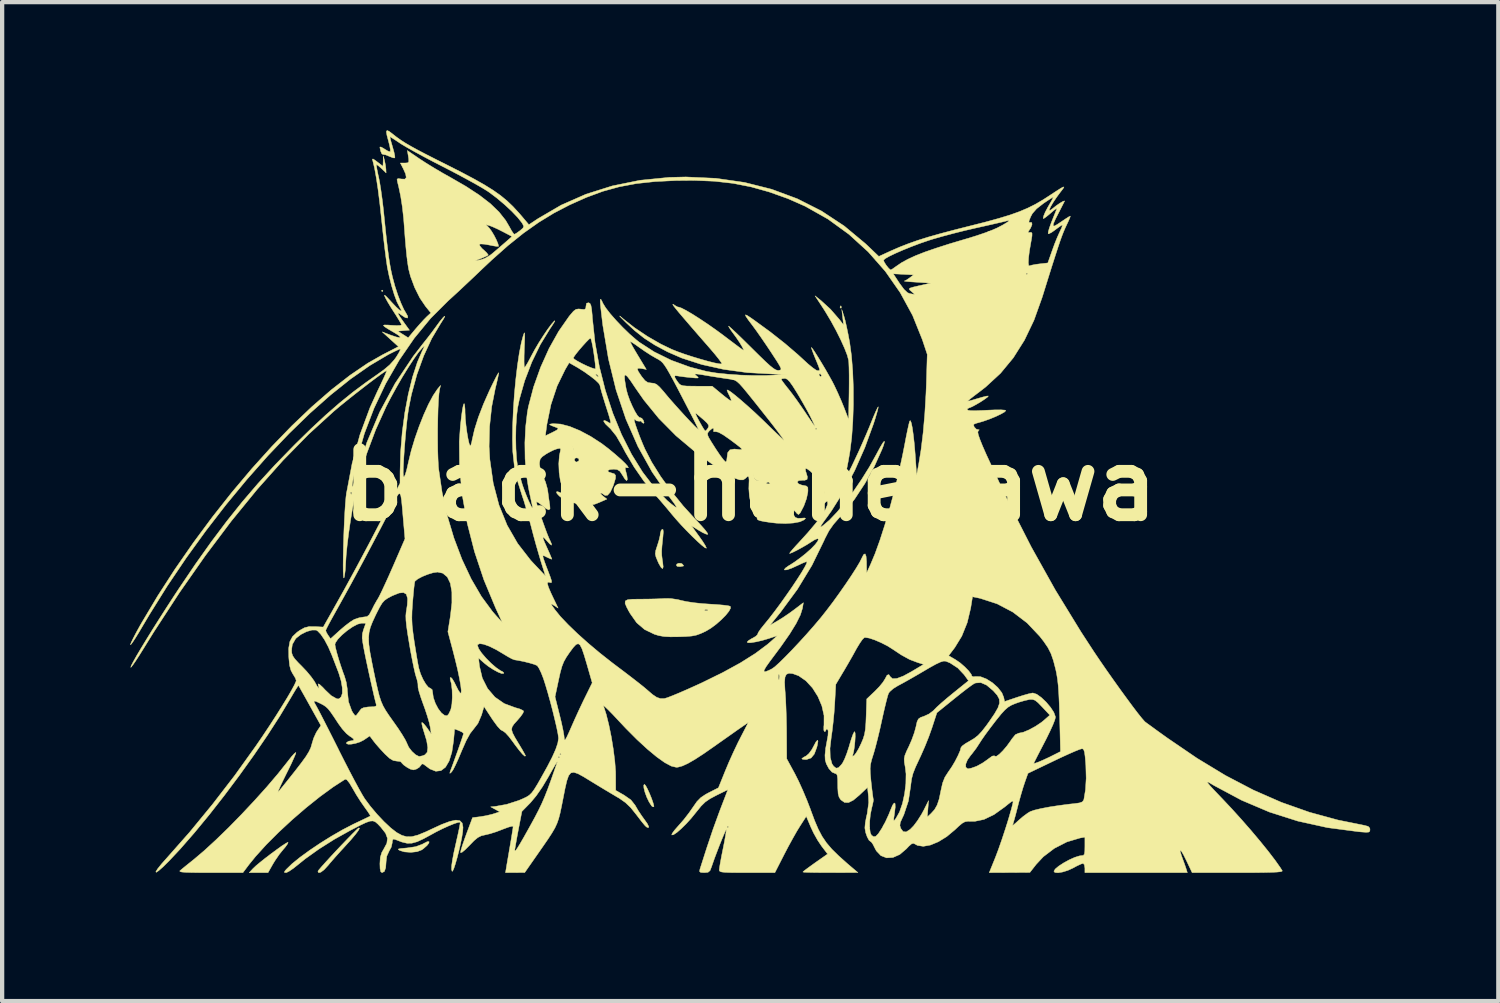
<source format=kicad_pcb>
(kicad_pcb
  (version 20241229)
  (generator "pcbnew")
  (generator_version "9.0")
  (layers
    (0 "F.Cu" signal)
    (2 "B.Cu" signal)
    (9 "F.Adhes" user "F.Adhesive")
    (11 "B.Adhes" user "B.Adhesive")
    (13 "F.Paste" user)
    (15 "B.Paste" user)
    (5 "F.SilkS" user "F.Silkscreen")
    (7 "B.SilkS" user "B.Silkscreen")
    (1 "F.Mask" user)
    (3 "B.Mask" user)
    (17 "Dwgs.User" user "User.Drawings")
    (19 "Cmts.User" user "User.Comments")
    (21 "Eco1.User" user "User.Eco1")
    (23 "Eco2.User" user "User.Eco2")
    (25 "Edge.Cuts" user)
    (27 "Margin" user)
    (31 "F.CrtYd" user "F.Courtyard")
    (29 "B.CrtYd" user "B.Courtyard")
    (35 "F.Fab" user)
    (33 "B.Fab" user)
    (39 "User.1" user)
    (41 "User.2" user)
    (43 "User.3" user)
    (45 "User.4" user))
  (footprint "black-hanekawa"
    (layer "F.Cu")
    (at 14.519 8.315)
    (property "Reference" "black-hanekawa" (at 0 0 0) (layer "F.SilkS") (effects (font (size 1.524 1.524) (thickness 0.3))))
    (attr through_hole)
    (fp_poly (pts (xy -8.6 -4.554) (xy -8.618 -4.536) (xy -8.636 -4.554) (xy -8.618 -4.572) (xy -8.6 -4.554)) (stroke (width 0.01) (type solid)) (fill yes) (layer "F.SilkS"))
    (fp_poly (pts (xy 2.129 -4.197) (xy 2.133 -4.154) (xy 2.129 -4.149) (xy 2.107 -4.154) (xy 2.105 -4.173) (xy 2.118 -4.203) (xy 2.129 -4.197)) (stroke (width 0.01) (type solid)) (fill yes) (layer "F.SilkS"))
    (fp_poly (pts (xy -1.615 1.829) (xy -1.587 1.846) (xy -1.56 1.883) (xy -1.562 1.89) (xy -1.607 1.898) (xy -1.642 1.905) (xy -1.706 1.899) (xy -1.726 1.883) (xy -1.721 1.846) (xy -1.674 1.825) (xy -1.615 1.829)) (stroke (width 0.01) (type solid)) (fill yes) (layer "F.SilkS"))
    (fp_poly (pts (xy -2.448 7.034) (xy -2.405 7.114) (xy -2.356 7.221) (xy -2.309 7.337) (xy -2.273 7.441) (xy -2.255 7.512) (xy -2.257 7.53) (xy -2.292 7.524) (xy -2.313 7.503) (xy -2.37 7.413) (xy -2.423 7.303) (xy -2.465 7.188) (xy -2.49 7.088) (xy -2.493 7.021) (xy -2.476 7.003) (xy -2.448 7.034)) (stroke (width 0.01) (type solid)) (fill yes) (layer "F.SilkS"))
    (fp_poly (pts (xy 1.587 5.994) (xy 1.572 6.086) (xy 1.559 6.138) (xy 1.501 6.294) (xy 1.425 6.386) (xy 1.322 6.421) (xy 1.295 6.423) (xy 1.226 6.416) (xy 1.208 6.4) (xy 1.209 6.399) (xy 1.257 6.366) (xy 1.315 6.335) (xy 1.377 6.28) (xy 1.446 6.184) (xy 1.481 6.119) (xy 1.539 6.01) (xy 1.576 5.968) (xy 1.587 5.994)) (stroke (width 0.01) (type solid)) (fill yes) (layer "F.SilkS"))
    (fp_poly (pts (xy -10.822 8.361) (xy -10.834 8.396) (xy -10.883 8.466) (xy -10.934 8.526) (xy -11.028 8.642) (xy -11.126 8.785) (xy -11.179 8.871) (xy -11.292 9.071) (xy -11.733 9.071) (xy -11.645 8.977) (xy -11.579 8.914) (xy -11.477 8.829) (xy -11.353 8.73) (xy -11.218 8.627) (xy -11.086 8.53) (xy -10.969 8.446) (xy -10.878 8.387) (xy -10.828 8.361) (xy -10.822 8.361)) (stroke (width 0.01) (type solid)) (fill yes) (layer "F.SilkS"))
    (fp_poly (pts (xy -7.524 8.378) (xy -7.569 8.436) (xy -7.651 8.508) (xy -7.692 8.538) (xy -7.801 8.58) (xy -7.946 8.596) (xy -8.097 8.585) (xy -8.201 8.554) (xy -8.24 8.532) (xy -8.237 8.517) (xy -8.18 8.506) (xy -8.062 8.495) (xy -8.037 8.493) (xy -7.833 8.463) (xy -7.679 8.406) (xy -7.647 8.388) (xy -7.561 8.344) (xy -7.521 8.344) (xy -7.524 8.378)) (stroke (width 0.01) (type solid)) (fill yes) (layer "F.SilkS"))
    (fp_poly (pts (xy -2.042 1.036) (xy -2.035 1.091) (xy -2.044 1.207) (xy -2.049 1.255) (xy -2.066 1.421) (xy -2.074 1.54) (xy -2.072 1.636) (xy -2.06 1.735) (xy -2.049 1.805) (xy -2.038 1.912) (xy -2.052 1.952) (xy -2.086 1.926) (xy -2.139 1.836) (xy -2.164 1.781) (xy -2.207 1.678) (xy -2.223 1.605) (xy -2.213 1.53) (xy -2.178 1.421) (xy -2.174 1.41) (xy -2.136 1.287) (xy -2.111 1.181) (xy -2.106 1.136) (xy -2.087 1.061) (xy -2.063 1.031) (xy -2.042 1.036)) (stroke (width 0.01) (type solid)) (fill yes) (layer "F.SilkS"))
    (fp_poly (pts (xy -9.15 8.031) (xy -9.176 8.083) (xy -9.243 8.173) (xy -9.345 8.295) (xy -9.478 8.442) (xy -9.481 8.445) (xy -9.609 8.585) (xy -9.736 8.727) (xy -9.842 8.849) (xy -9.883 8.899) (xy -9.976 9) (xy -10.054 9.06) (xy -10.106 9.074) (xy -10.124 9.04) (xy -10.1 9.005) (xy -10.035 8.929) (xy -9.939 8.822) (xy -9.82 8.692) (xy -9.689 8.551) (xy -9.554 8.409) (xy -9.426 8.276) (xy -9.314 8.161) (xy -9.228 8.076) (xy -9.176 8.029) (xy -9.168 8.024) (xy -9.15 8.031)) (stroke (width 0.01) (type solid)) (fill yes) (layer "F.SilkS"))
    (fp_poly (pts (xy -1.86 2.652) (xy -1.698 2.676) (xy -1.615 2.697) (xy -1.489 2.724) (xy -1.315 2.75) (xy -1.118 2.771) (xy -0.955 2.782) (xy -0.78 2.793) (xy -0.63 2.806) (xy -0.521 2.82) (xy -0.468 2.833) (xy -0.468 2.833) (xy -0.459 2.875) (xy -0.498 2.949) (xy -0.574 3.044) (xy -0.678 3.149) (xy -0.798 3.254) (xy -0.923 3.347) (xy -1.044 3.419) (xy -1.045 3.419) (xy -1.162 3.473) (xy -1.262 3.509) (xy -1.368 3.53) (xy -1.502 3.541) (xy -1.668 3.547) (xy -1.869 3.549) (xy -2.02 3.541) (xy -2.143 3.519) (xy -2.242 3.489) (xy -2.473 3.378) (xy -2.659 3.219) (xy -2.812 3.002) (xy -2.818 2.992) (xy -2.852 2.93) (xy -1.073 2.93) (xy -1.037 2.936) (xy -0.99 2.93) (xy -0.99 2.917) (xy -1.038 2.909) (xy -1.059 2.914) (xy -1.073 2.93) (xy -2.852 2.93) (xy -2.892 2.856) (xy -2.93 2.765) (xy -2.925 2.709) (xy -2.869 2.679) (xy -2.757 2.668) (xy -2.58 2.666) (xy -2.549 2.666) (xy -2.368 2.664) (xy -2.195 2.66) (xy -2.056 2.654) (xy -1.996 2.65) (xy -1.86 2.652)) (stroke (width 0.01) (type solid)) (fill yes) (layer "F.SilkS"))
    (fp_poly (pts (xy -8.457 -8.29) (xy -8.373 -8.226) (xy -8.373 -8.226) (xy -8.28 -8.153) (xy -8.183 -8.084) (xy -8.074 -8.014) (xy -7.943 -7.938) (xy -7.781 -7.849) (xy -7.578 -7.743) (xy -7.326 -7.615) (xy -7.112 -7.508) (xy -6.762 -7.33) (xy -6.469 -7.175) (xy -6.225 -7.037) (xy -6.021 -6.91) (xy -5.847 -6.787) (xy -5.696 -6.663) (xy -5.557 -6.53) (xy -5.423 -6.385) (xy -5.362 -6.315) (xy -5.183 -6.103) (xy -4.971 -6.244) (xy -4.428 -6.561) (xy -3.847 -6.817) (xy -3.231 -7.011) (xy -2.582 -7.143) (xy -1.902 -7.211) (xy -1.506 -7.221) (xy -0.803 -7.189) (xy -0.134 -7.093) (xy 0.502 -6.933) (xy 1.103 -6.71) (xy 1.67 -6.423) (xy 2.201 -6.073) (xy 2.697 -5.66) (xy 2.741 -5.619) (xy 3.012 -5.36) (xy 3.293 -5.489) (xy 3.495 -5.577) (xy 3.702 -5.658) (xy 3.923 -5.736) (xy 4.172 -5.814) (xy 4.458 -5.895) (xy 4.795 -5.984) (xy 5.15 -6.074) (xy 5.518 -6.167) (xy 5.826 -6.252) (xy 6.085 -6.331) (xy 6.306 -6.41) (xy 6.501 -6.493) (xy 6.681 -6.583) (xy 6.857 -6.686) (xy 6.992 -6.773) (xy 7.156 -6.881) (xy 7.266 -6.951) (xy 7.327 -6.985) (xy 7.347 -6.986) (xy 7.331 -6.954) (xy 7.286 -6.894) (xy 7.269 -6.873) (xy 7.176 -6.747) (xy 7.093 -6.623) (xy 7.032 -6.519) (xy 7.004 -6.451) (xy 7.003 -6.443) (xy 7.026 -6.44) (xy 7.081 -6.479) (xy 7.085 -6.482) (xy 7.163 -6.545) (xy 7.247 -6.603) (xy 7.317 -6.645) (xy 7.358 -6.661) (xy 7.361 -6.653) (xy 7.338 -6.607) (xy 7.292 -6.517) (xy 7.234 -6.404) (xy 7.15 -6.239) (xy 7.103 -6.132) (xy 7.093 -6.077) (xy 7.121 -6.071) (xy 7.188 -6.107) (xy 7.279 -6.168) (xy 7.383 -6.238) (xy 7.46 -6.287) (xy 7.496 -6.304) (xy 7.497 -6.304) (xy 7.487 -6.269) (xy 7.452 -6.187) (xy 7.4 -6.077) (xy 7.369 -6.01) (xy 7.336 -5.932) (xy 7.299 -5.837) (xy 7.256 -5.717) (xy 7.205 -5.565) (xy 7.143 -5.374) (xy 7.067 -5.137) (xy 6.976 -4.847) (xy 6.867 -4.496) (xy 6.834 -4.392) (xy 6.645 -3.864) (xy 6.422 -3.398) (xy 6.162 -2.986) (xy 5.862 -2.623) (xy 5.516 -2.304) (xy 5.377 -2.196) (xy 5.255 -2.104) (xy 5.16 -2.03) (xy 5.103 -1.983) (xy 5.093 -1.971) (xy 5.129 -1.976) (xy 5.215 -1.999) (xy 5.332 -2.034) (xy 5.451 -2.068) (xy 5.539 -2.089) (xy 5.577 -2.091) (xy 5.558 -2.066) (xy 5.493 -2.018) (xy 5.401 -1.957) (xy 5.3 -1.897) (xy 5.207 -1.846) (xy 5.141 -1.817) (xy 5.126 -1.814) (xy 5.084 -1.789) (xy 5.08 -1.773) (xy 5.103 -1.756) (xy 5.176 -1.747) (xy 5.307 -1.748) (xy 5.502 -1.756) (xy 5.534 -1.758) (xy 5.729 -1.766) (xy 5.875 -1.767) (xy 5.963 -1.76) (xy 5.987 -1.749) (xy 5.956 -1.717) (xy 5.872 -1.669) (xy 5.753 -1.612) (xy 5.615 -1.555) (xy 5.475 -1.505) (xy 5.407 -1.484) (xy 5.299 -1.454) (xy 5.245 -1.434) (xy 5.231 -1.413) (xy 5.241 -1.38) (xy 5.246 -1.366) (xy 5.296 -1.314) (xy 5.329 -1.306) (xy 5.365 -1.298) (xy 5.342 -1.276) (xy 5.33 -1.247) (xy 5.341 -1.185) (xy 5.377 -1.08) (xy 5.439 -0.926) (xy 5.528 -0.723) (xy 6.044 0.388) (xy 6.581 1.442) (xy 7.146 2.453) (xy 7.748 3.435) (xy 8.047 3.894) (xy 8.188 4.103) (xy 8.341 4.325) (xy 8.501 4.552) (xy 8.66 4.775) (xy 8.814 4.986) (xy 8.954 5.176) (xy 9.075 5.335) (xy 9.171 5.455) (xy 9.235 5.528) (xy 9.25 5.542) (xy 9.298 5.578) (xy 9.394 5.647) (xy 9.525 5.743) (xy 9.681 5.855) (xy 9.779 5.925) (xy 10.464 6.392) (xy 11.131 6.796) (xy 11.787 7.139) (xy 12.44 7.425) (xy 13.097 7.657) (xy 13.768 7.84) (xy 14.378 7.963) (xy 14.472 7.988) (xy 14.51 8.03) (xy 14.514 8.062) (xy 14.51 8.1) (xy 14.486 8.121) (xy 14.427 8.126) (xy 14.319 8.119) (xy 14.251 8.113) (xy 13.519 8.017) (xy 12.825 7.864) (xy 12.159 7.652) (xy 11.509 7.376) (xy 10.865 7.032) (xy 10.777 6.98) (xy 10.725 6.951) (xy 10.704 6.949) (xy 10.72 6.978) (xy 10.775 7.044) (xy 10.874 7.15) (xy 11.019 7.302) (xy 11.049 7.333) (xy 11.274 7.572) (xy 11.503 7.825) (xy 11.728 8.082) (xy 11.94 8.334) (xy 12.13 8.569) (xy 12.291 8.779) (xy 12.413 8.952) (xy 12.46 9.026) (xy 12.454 9.04) (xy 12.414 9.05) (xy 12.334 9.058) (xy 12.207 9.064) (xy 12.028 9.068) (xy 11.79 9.071) (xy 11.487 9.071) (xy 11.418 9.071) (xy 10.349 9.071) (xy 10.218 8.794) (xy 10.147 8.652) (xy 10.096 8.567) (xy 10.07 8.54) (xy 10.07 8.573) (xy 10.098 8.669) (xy 10.12 8.729) (xy 10.164 8.849) (xy 10.2 8.953) (xy 10.212 8.99) (xy 10.237 9.071) (xy 7.838 9.071) (xy 7.838 8.963) (xy 7.825 8.886) (xy 7.796 8.854) (xy 7.795 8.854) (xy 7.743 8.871) (xy 7.65 8.914) (xy 7.56 8.963) (xy 7.44 9.018) (xy 7.318 9.056) (xy 7.211 9.074) (xy 7.136 9.068) (xy 7.112 9.039) (xy 7.143 8.987) (xy 7.224 8.919) (xy 7.339 8.844) (xy 7.47 8.772) (xy 7.599 8.714) (xy 7.71 8.679) (xy 7.756 8.673) (xy 7.802 8.667) (xy 7.826 8.637) (xy 7.836 8.567) (xy 7.838 8.455) (xy 7.838 8.239) (xy 7.72 8.261) (xy 7.415 8.352) (xy 7.123 8.502) (xy 6.865 8.698) (xy 6.697 8.878) (xy 6.55 9.066) (xy 6.074 9.069) (xy 5.598 9.071) (xy 5.741 8.718) (xy 5.814 8.525) (xy 5.895 8.293) (xy 5.977 8.044) (xy 6.003 7.963) (xy 6.143 7.963) (xy 6.155 7.961) (xy 6.208 7.918) (xy 6.281 7.851) (xy 6.39 7.757) (xy 6.5 7.676) (xy 6.559 7.641) (xy 6.654 7.608) (xy 6.808 7.571) (xy 7.007 7.533) (xy 7.236 7.498) (xy 7.481 7.466) (xy 7.589 7.455) (xy 7.71 7.438) (xy 7.777 7.414) (xy 7.808 7.374) (xy 7.815 7.353) (xy 7.852 7.131) (xy 7.868 6.86) (xy 7.86 6.562) (xy 7.857 6.517) (xy 7.843 6.353) (xy 7.829 6.25) (xy 7.81 6.193) (xy 7.785 6.171) (xy 7.767 6.169) (xy 7.715 6.184) (xy 7.61 6.226) (xy 7.463 6.29) (xy 7.286 6.371) (xy 7.105 6.457) (xy 6.505 6.745) (xy 6.43 6.956) (xy 6.388 7.084) (xy 6.337 7.256) (xy 6.285 7.443) (xy 6.259 7.546) (xy 6.218 7.705) (xy 6.181 7.839) (xy 6.154 7.931) (xy 6.143 7.963) (xy 6.003 7.963) (xy 6.053 7.801) (xy 6.115 7.586) (xy 6.147 7.463) (xy 6.157 7.412) (xy 6.149 7.394) (xy 6.112 7.412) (xy 6.037 7.47) (xy 5.961 7.532) (xy 5.708 7.713) (xy 5.475 7.825) (xy 5.258 7.87) (xy 5.19 7.87) (xy 5.099 7.868) (xy 5.03 7.879) (xy 4.964 7.915) (xy 4.882 7.984) (xy 4.793 8.068) (xy 4.601 8.228) (xy 4.406 8.348) (xy 4.22 8.425) (xy 4.053 8.455) (xy 3.915 8.433) (xy 3.867 8.406) (xy 3.824 8.385) (xy 3.78 8.396) (xy 3.718 8.449) (xy 3.656 8.515) (xy 3.502 8.646) (xy 3.344 8.716) (xy 3.194 8.725) (xy 3.06 8.673) (xy 2.953 8.56) (xy 2.918 8.494) (xy 2.873 8.405) (xy 2.835 8.352) (xy 2.824 8.346) (xy 2.783 8.314) (xy 2.74 8.235) (xy 2.704 8.133) (xy 2.686 8.031) (xy 2.686 8.019) (xy 2.797 8.019) (xy 2.811 8.134) (xy 2.838 8.193) (xy 2.89 8.23) (xy 2.941 8.221) (xy 3.001 8.159) (xy 3.08 8.038) (xy 3.081 8.037) (xy 3.118 7.969) (xy 3.505 7.969) (xy 3.526 8.036) (xy 3.581 8.11) (xy 3.653 8.118) (xy 3.745 8.059) (xy 3.828 7.974) (xy 3.918 7.854) (xy 4.012 7.705) (xy 4.068 7.602) (xy 4.177 7.384) (xy 4.147 7.768) (xy 4.236 7.685) (xy 4.318 7.594) (xy 4.378 7.488) (xy 4.425 7.347) (xy 4.465 7.154) (xy 4.466 7.148) (xy 4.506 6.971) (xy 4.559 6.837) (xy 4.637 6.716) (xy 4.639 6.713) (xy 4.719 6.597) (xy 4.76 6.528) (xy 5.048 6.528) (xy 5.048 6.602) (xy 5.091 6.638) (xy 5.107 6.639) (xy 5.179 6.624) (xy 5.281 6.588) (xy 5.316 6.573) (xy 5.443 6.503) (xy 5.566 6.417) (xy 5.582 6.404) (xy 5.668 6.342) (xy 5.718 6.334) (xy 5.73 6.346) (xy 5.767 6.346) (xy 5.833 6.299) (xy 5.918 6.215) (xy 6.01 6.107) (xy 6.098 5.986) (xy 6.127 5.942) (xy 6.211 5.839) (xy 6.289 5.805) (xy 6.393 5.784) (xy 6.53 5.727) (xy 6.679 5.646) (xy 6.818 5.553) (xy 6.874 5.508) (xy 7.017 5.382) (xy 6.838 5.191) (xy 6.741 5.091) (xy 6.673 5.036) (xy 6.614 5.015) (xy 6.546 5.016) (xy 6.532 5.018) (xy 6.425 5.042) (xy 6.288 5.082) (xy 6.205 5.112) (xy 6.115 5.15) (xy 6.039 5.196) (xy 5.964 5.261) (xy 5.876 5.357) (xy 5.763 5.497) (xy 5.728 5.542) (xy 5.612 5.694) (xy 5.504 5.84) (xy 5.418 5.964) (xy 5.368 6.042) (xy 5.289 6.163) (xy 5.193 6.289) (xy 5.164 6.323) (xy 5.088 6.43) (xy 5.048 6.528) (xy 4.76 6.528) (xy 4.799 6.462) (xy 4.868 6.327) (xy 4.917 6.214) (xy 4.935 6.143) (xy 4.964 6.105) (xy 5.042 6.048) (xy 5.144 5.989) (xy 5.246 5.928) (xy 5.335 5.858) (xy 5.423 5.765) (xy 5.526 5.633) (xy 5.597 5.534) (xy 5.722 5.351) (xy 5.802 5.211) (xy 5.839 5.101) (xy 5.833 5.007) (xy 5.786 4.918) (xy 5.7 4.82) (xy 5.686 4.806) (xy 5.535 4.679) (xy 5.401 4.621) (xy 5.28 4.629) (xy 5.242 4.645) (xy 5.182 4.685) (xy 5.08 4.76) (xy 4.948 4.862) (xy 4.8 4.98) (xy 4.764 5.009) (xy 4.372 5.326) (xy 4.253 5.69) (xy 4.182 5.889) (xy 4.091 6.116) (xy 3.996 6.332) (xy 3.956 6.417) (xy 3.87 6.602) (xy 3.813 6.747) (xy 3.78 6.873) (xy 3.762 7.004) (xy 3.76 7.028) (xy 3.705 7.393) (xy 3.597 7.717) (xy 3.562 7.791) (xy 3.515 7.895) (xy 3.505 7.969) (xy 3.118 7.969) (xy 3.164 7.885) (xy 3.244 7.712) (xy 3.283 7.614) (xy 3.334 7.491) (xy 3.372 7.439) (xy 3.393 7.455) (xy 3.396 7.538) (xy 3.38 7.678) (xy 3.363 7.793) (xy 3.36 7.846) (xy 3.374 7.848) (xy 3.407 7.807) (xy 3.414 7.798) (xy 3.497 7.65) (xy 3.566 7.451) (xy 3.616 7.222) (xy 3.645 6.984) (xy 3.649 6.758) (xy 3.63 6.599) (xy 3.61 6.486) (xy 3.606 6.404) (xy 3.622 6.326) (xy 3.662 6.227) (xy 3.714 6.12) (xy 3.783 5.962) (xy 3.843 5.796) (xy 3.881 5.658) (xy 3.881 5.657) (xy 3.907 5.54) (xy 3.938 5.474) (xy 3.989 5.437) (xy 4.07 5.409) (xy 4.189 5.354) (xy 4.293 5.275) (xy 4.308 5.258) (xy 4.371 5.194) (xy 4.476 5.099) (xy 4.61 4.984) (xy 4.755 4.865) (xy 5.112 4.577) (xy 5.009 4.435) (xy 4.861 4.278) (xy 4.68 4.16) (xy 4.579 4.119) (xy 4.528 4.117) (xy 4.455 4.139) (xy 4.348 4.189) (xy 4.198 4.272) (xy 4.071 4.347) (xy 3.895 4.45) (xy 3.724 4.548) (xy 3.576 4.631) (xy 3.47 4.688) (xy 3.463 4.691) (xy 3.351 4.76) (xy 3.266 4.835) (xy 3.239 4.873) (xy 3.217 4.94) (xy 3.185 5.062) (xy 3.145 5.226) (xy 3.102 5.415) (xy 3.083 5.502) (xy 3.035 5.719) (xy 2.983 5.935) (xy 2.933 6.13) (xy 2.89 6.282) (xy 2.88 6.312) (xy 2.841 6.437) (xy 2.818 6.537) (xy 2.809 6.633) (xy 2.813 6.749) (xy 2.827 6.907) (xy 2.833 6.965) (xy 2.851 7.123) (xy 2.867 7.251) (xy 2.879 7.335) (xy 2.885 7.359) (xy 2.882 7.397) (xy 2.864 7.484) (xy 2.845 7.559) (xy 2.814 7.711) (xy 2.798 7.871) (xy 2.797 8.019) (xy 2.686 8.019) (xy 2.686 8.012) (xy 2.695 7.907) (xy 2.72 7.772) (xy 2.739 7.694) (xy 2.775 7.431) (xy 2.769 7.286) (xy 2.747 7.075) (xy 2.555 7.257) (xy 2.415 7.374) (xy 2.303 7.43) (xy 2.209 7.427) (xy 2.125 7.368) (xy 2.119 7.362) (xy 2.081 7.303) (xy 2.059 7.219) (xy 2.051 7.091) (xy 2.05 7.017) (xy 2.048 6.878) (xy 2.038 6.796) (xy 2.019 6.758) (xy 1.989 6.749) (xy 1.916 6.717) (xy 1.842 6.634) (xy 1.782 6.521) (xy 1.756 6.431) (xy 1.751 6.318) (xy 1.767 6.161) (xy 1.767 6.159) (xy 1.868 6.159) (xy 1.874 6.37) (xy 1.915 6.522) (xy 1.952 6.578) (xy 2.011 6.624) (xy 2.067 6.614) (xy 2.134 6.544) (xy 2.164 6.503) (xy 2.209 6.415) (xy 2.262 6.281) (xy 2.313 6.126) (xy 2.326 6.079) (xy 2.368 5.941) (xy 2.406 5.835) (xy 2.436 5.776) (xy 2.445 5.769) (xy 2.457 5.802) (xy 2.459 5.885) (xy 2.453 5.998) (xy 2.441 6.12) (xy 2.424 6.23) (xy 2.405 6.304) (xy 2.395 6.347) (xy 2.425 6.333) (xy 2.438 6.322) (xy 2.481 6.267) (xy 2.54 6.167) (xy 2.597 6.05) (xy 2.645 5.937) (xy 2.677 5.832) (xy 2.697 5.713) (xy 2.709 5.56) (xy 2.715 5.414) (xy 2.729 5.004) (xy 2.921 4.822) (xy 3.024 4.716) (xy 3.109 4.612) (xy 3.158 4.534) (xy 3.205 4.447) (xy 3.247 4.433) (xy 3.279 4.481) (xy 3.332 4.529) (xy 3.435 4.524) (xy 3.586 4.467) (xy 3.776 4.364) (xy 4.062 4.193) (xy 3.927 4.153) (xy 3.734 4.08) (xy 3.57 3.99) (xy 4.647 3.99) (xy 4.808 4.084) (xy 4.916 4.158) (xy 5.023 4.251) (xy 5.115 4.345) (xy 5.175 4.425) (xy 5.189 4.465) (xy 5.219 4.484) (xy 5.279 4.478) (xy 5.394 4.482) (xy 5.531 4.535) (xy 5.671 4.623) (xy 5.797 4.735) (xy 5.893 4.858) (xy 5.937 4.966) (xy 5.957 5.064) (xy 6.253 4.964) (xy 6.397 4.918) (xy 6.522 4.883) (xy 6.607 4.865) (xy 6.622 4.864) (xy 6.71 4.893) (xy 6.817 4.97) (xy 6.93 5.077) (xy 7.032 5.198) (xy 7.11 5.317) (xy 7.147 5.418) (xy 7.148 5.436) (xy 7.132 5.499) (xy 7.087 5.613) (xy 7.019 5.762) (xy 6.935 5.934) (xy 6.894 6.013) (xy 6.806 6.183) (xy 6.731 6.328) (xy 6.675 6.439) (xy 6.644 6.502) (xy 6.64 6.513) (xy 6.67 6.51) (xy 6.751 6.481) (xy 6.867 6.431) (xy 7.005 6.367) (xy 7.089 6.325) (xy 7.266 6.236) (xy 7.247 5.431) (xy 7.238 5.131) (xy 7.227 4.891) (xy 7.214 4.698) (xy 7.196 4.538) (xy 7.173 4.399) (xy 7.154 4.311) (xy 7.1 4.103) (xy 7.044 3.942) (xy 6.973 3.802) (xy 6.875 3.658) (xy 6.78 3.536) (xy 6.485 3.224) (xy 6.15 2.969) (xy 5.783 2.776) (xy 5.389 2.648) (xy 5.315 2.632) (xy 5.206 2.61) (xy 5.163 2.878) (xy 5.082 3.217) (xy 4.955 3.532) (xy 4.791 3.8) (xy 4.647 3.99) (xy 3.57 3.99) (xy 3.531 3.968) (xy 3.348 3.846) (xy 3.217 3.763) (xy 3.068 3.687) (xy 2.92 3.623) (xy 2.79 3.579) (xy 2.697 3.564) (xy 2.671 3.568) (xy 2.629 3.608) (xy 2.568 3.695) (xy 2.497 3.812) (xy 2.484 3.835) (xy 2.4 3.988) (xy 2.297 4.168) (xy 2.196 4.341) (xy 2.177 4.372) (xy 2.004 4.663) (xy 1.979 5.116) (xy 1.964 5.331) (xy 1.942 5.556) (xy 1.918 5.763) (xy 1.899 5.891) (xy 1.868 6.159) (xy 1.767 6.159) (xy 1.791 6.028) (xy 1.822 5.857) (xy 1.826 5.752) (xy 1.814 5.718) (xy 1.783 5.705) (xy 1.778 5.726) (xy 1.755 5.767) (xy 1.742 5.769) (xy 1.724 5.737) (xy 1.724 5.651) (xy 1.728 5.613) (xy 1.729 5.393) (xy 1.678 5.166) (xy 1.585 4.946) (xy 1.458 4.745) (xy 1.305 4.579) (xy 1.135 4.461) (xy 0.995 4.41) (xy 0.906 4.402) (xy 0.847 4.427) (xy 0.815 4.493) (xy 0.805 4.61) (xy 0.814 4.788) (xy 0.818 4.836) (xy 0.829 4.991) (xy 0.838 5.198) (xy 0.846 5.432) (xy 0.851 5.673) (xy 0.852 5.788) (xy 0.855 6.404) (xy 1.047 6.757) (xy 1.134 6.93) (xy 1.232 7.146) (xy 1.329 7.377) (xy 1.414 7.597) (xy 1.418 7.61) (xy 1.508 7.852) (xy 1.593 8.051) (xy 1.682 8.22) (xy 1.785 8.372) (xy 1.911 8.52) (xy 2.071 8.677) (xy 2.273 8.858) (xy 2.413 8.977) (xy 2.522 9.069) (xy 1.878 9.07) (xy 1.671 9.07) (xy 1.491 9.068) (xy 1.351 9.065) (xy 1.261 9.061) (xy 1.234 9.056) (xy 1.261 9.03) (xy 1.336 8.973) (xy 1.445 8.894) (xy 1.523 8.838) (xy 1.813 8.635) (xy 1.668 8.445) (xy 1.577 8.308) (xy 1.484 8.142) (xy 1.419 8.003) (xy 1.313 7.752) (xy 1.165 7.982) (xy 1.089 8.106) (xy 0.994 8.274) (xy 0.891 8.462) (xy 0.797 8.642) (xy 0.578 9.071) (xy -0.074 9.071) (xy -0.307 9.071) (xy -0.477 9.069) (xy -0.594 9.064) (xy -0.667 9.056) (xy -0.707 9.043) (xy -0.723 9.024) (xy -0.725 9.008) (xy -0.718 8.949) (xy -0.699 8.835) (xy -0.671 8.683) (xy -0.636 8.51) (xy -0.603 8.343) (xy -0.578 8.203) (xy -0.563 8.105) (xy -0.56 8.064) (xy -0.561 8.063) (xy -0.577 8.09) (xy -0.613 8.17) (xy -0.663 8.289) (xy -0.721 8.433) (xy -0.78 8.587) (xy -0.837 8.737) (xy -0.883 8.868) (xy -0.906 8.935) (xy -0.941 9.024) (xy -0.988 9.063) (xy -1.071 9.071) (xy -1.076 9.071) (xy -1.159 9.066) (xy -1.187 9.043) (xy -1.177 8.99) (xy -1.018 8.493) (xy -0.872 8.059) (xy -0.851 8.001) (xy -0.544 8.001) (xy -0.526 8.019) (xy -0.508 8.001) (xy -0.526 7.983) (xy -0.544 8.001) (xy -0.851 8.001) (xy -0.734 7.679) (xy -0.698 7.583) (xy -0.523 7.128) (xy -0.797 7.263) (xy -0.943 7.341) (xy -1.052 7.416) (xy -1.149 7.511) (xy -1.257 7.644) (xy -1.27 7.66) (xy -1.381 7.797) (xy -1.499 7.927) (xy -1.615 8.041) (xy -1.717 8.13) (xy -1.795 8.182) (xy -1.838 8.189) (xy -1.838 8.189) (xy -1.827 8.153) (xy -1.775 8.081) (xy -1.692 7.986) (xy -1.677 7.969) (xy -1.556 7.831) (xy -1.43 7.668) (xy -1.343 7.543) (xy -1.248 7.407) (xy -1.157 7.314) (xy -1.045 7.239) (xy -0.969 7.198) (xy -0.744 7.084) (xy -0.585 6.69) (xy -0.497 6.48) (xy -0.391 6.245) (xy -0.285 6.022) (xy -0.235 5.924) (xy -0.044 5.553) (xy -0.212 5.669) (xy -0.303 5.732) (xy -0.437 5.827) (xy -0.599 5.941) (xy -0.772 6.063) (xy -0.835 6.108) (xy -1.089 6.285) (xy -1.295 6.419) (xy -1.46 6.514) (xy -1.589 6.573) (xy -1.691 6.601) (xy -1.732 6.604) (xy -1.848 6.576) (xy -2.003 6.493) (xy -2.191 6.359) (xy -2.408 6.179) (xy -2.651 5.955) (xy -2.912 5.693) (xy -3.092 5.502) (xy -3.217 5.368) (xy -3.321 5.262) (xy -3.396 5.19) (xy -3.433 5.161) (xy -3.436 5.166) (xy -3.372 5.364) (xy -3.31 5.613) (xy -3.253 5.893) (xy -3.206 6.182) (xy -3.171 6.459) (xy -3.152 6.703) (xy -3.151 6.787) (xy -3.15 7.145) (xy -2.955 7.256) (xy -2.794 7.368) (xy -2.694 7.495) (xy -2.688 7.506) (xy -2.624 7.616) (xy -2.538 7.745) (xy -2.485 7.818) (xy -2.409 7.926) (xy -2.376 7.995) (xy -2.387 8.02) (xy -2.431 8.001) (xy -2.47 7.962) (xy -2.539 7.879) (xy -2.626 7.766) (xy -2.668 7.711) (xy -2.796 7.551) (xy -2.92 7.432) (xy -3.063 7.331) (xy -3.11 7.304) (xy -3.246 7.223) (xy -3.419 7.12) (xy -3.602 7.009) (xy -3.725 6.934) (xy -3.901 6.826) (xy -4.033 6.754) (xy -4.13 6.722) (xy -4.2 6.735) (xy -4.252 6.799) (xy -4.294 6.918) (xy -4.336 7.099) (xy -4.381 7.329) (xy -4.42 7.526) (xy -4.453 7.682) (xy -4.486 7.808) (xy -4.525 7.919) (xy -4.575 8.027) (xy -4.644 8.145) (xy -4.736 8.286) (xy -4.858 8.463) (xy -4.989 8.651) (xy -5.28 9.068) (xy -5.505 9.07) (xy -5.731 9.071) (xy -5.714 8.972) (xy -5.702 8.897) (xy -5.68 8.769) (xy -5.652 8.607) (xy -5.641 8.543) (xy -5.515 8.543) (xy -5.509 8.562) (xy -5.488 8.547) (xy -5.449 8.491) (xy -5.387 8.39) (xy -5.299 8.238) (xy -5.182 8.029) (xy -5.142 7.957) (xy -5.042 7.774) (xy -4.958 7.612) (xy -4.883 7.457) (xy -4.813 7.295) (xy -4.741 7.112) (xy -4.662 6.895) (xy -4.569 6.629) (xy -4.516 6.477) (xy -4.523 6.479) (xy -4.56 6.536) (xy -4.62 6.638) (xy -4.698 6.776) (xy -4.722 6.82) (xy -4.867 7.063) (xy -5.011 7.271) (xy -5.143 7.429) (xy -5.15 7.437) (xy -5.347 7.638) (xy -5.431 8.074) (xy -5.463 8.244) (xy -5.489 8.39) (xy -5.507 8.494) (xy -5.515 8.543) (xy -5.515 8.543) (xy -5.641 8.543) (xy -5.625 8.447) (xy -5.596 8.278) (xy -5.573 8.135) (xy -5.557 8.033) (xy -5.552 7.988) (xy -5.582 7.984) (xy -5.662 8.006) (xy -5.776 8.048) (xy -5.799 8.057) (xy -5.948 8.114) (xy -6.097 8.161) (xy -6.207 8.187) (xy -6.298 8.208) (xy -6.379 8.249) (xy -6.467 8.322) (xy -6.575 8.433) (xy -6.679 8.537) (xy -6.75 8.595) (xy -6.782 8.602) (xy -6.784 8.596) (xy -6.772 8.539) (xy -6.74 8.432) (xy -6.691 8.29) (xy -6.644 8.16) (xy -6.503 7.783) (xy -6.323 7.761) (xy -6.182 7.737) (xy -6.044 7.704) (xy -6.005 7.692) (xy -5.866 7.647) (xy -5.972 7.588) (xy -6.078 7.53) (xy -5.969 7.52) (xy -5.703 7.472) (xy -5.421 7.381) (xy -5.329 7.342) (xy -5.242 7.301) (xy -5.175 7.259) (xy -5.117 7.203) (xy -5.056 7.12) (xy -4.981 6.998) (xy -4.905 6.864) (xy -4.749 6.584) (xy -4.638 6.368) (xy -4.499 6.368) (xy -4.481 6.386) (xy -4.463 6.368) (xy -4.481 6.35) (xy -4.499 6.368) (xy -4.638 6.368) (xy -4.633 6.357) (xy -4.605 6.296) (xy -4.463 6.296) (xy -4.445 6.314) (xy -4.427 6.296) (xy -4.445 6.277) (xy -4.463 6.296) (xy -4.605 6.296) (xy -4.553 6.177) (xy -4.506 6.037) (xy -4.49 5.931) (xy -4.49 5.915) (xy -4.502 5.823) (xy -4.531 5.678) (xy -4.574 5.493) (xy -4.625 5.284) (xy -4.682 5.066) (xy -4.714 4.953) (xy -4.571 4.953) (xy -4.463 5.384) (xy -4.42 5.562) (xy -4.385 5.725) (xy -4.362 5.854) (xy -4.354 5.928) (xy -4.348 5.965) (xy -4.329 5.955) (xy -4.293 5.892) (xy -4.237 5.771) (xy -4.197 5.679) (xy -4.108 5.478) (xy -4.005 5.253) (xy -3.905 5.042) (xy -3.87 4.971) (xy -3.7 4.626) (xy -3.824 4.195) (xy -3.888 3.98) (xy -3.939 3.83) (xy -3.984 3.742) (xy -4.028 3.71) (xy -4.079 3.729) (xy -4.143 3.797) (xy -4.225 3.907) (xy -4.226 3.908) (xy -4.307 4.027) (xy -4.365 4.13) (xy -4.409 4.241) (xy -4.448 4.381) (xy -4.486 4.553) (xy -4.571 4.953) (xy -4.714 4.953) (xy -4.741 4.854) (xy -4.798 4.664) (xy -4.843 4.524) (xy -4.894 4.393) (xy -4.945 4.287) (xy -4.985 4.227) (xy -4.989 4.223) (xy -5.052 4.195) (xy -5.164 4.162) (xy -5.303 4.127) (xy -5.446 4.099) (xy -5.518 4.088) (xy -5.579 4.065) (xy -5.675 4.013) (xy -5.754 3.965) (xy -5.942 3.853) (xy -6.107 3.771) (xy -6.241 3.722) (xy -6.336 3.708) (xy -6.383 3.732) (xy -6.386 3.75) (xy -6.36 3.826) (xy -6.289 3.93) (xy -6.188 4.048) (xy -6.071 4.166) (xy -5.952 4.269) (xy -5.846 4.342) (xy -5.801 4.363) (xy -5.77 4.392) (xy -5.775 4.406) (xy -5.821 4.408) (xy -5.908 4.374) (xy -6.018 4.314) (xy -6.135 4.238) (xy -6.228 4.164) (xy -6.362 4.046) (xy -6.34 4.236) (xy -6.274 4.515) (xy -6.151 4.759) (xy -5.978 4.961) (xy -5.76 5.112) (xy -5.506 5.206) (xy -5.503 5.207) (xy -5.396 5.238) (xy -5.324 5.272) (xy -5.306 5.29) (xy -5.322 5.336) (xy -5.377 5.415) (xy -5.454 5.505) (xy -5.53 5.589) (xy -5.575 5.656) (xy -5.588 5.72) (xy -5.566 5.798) (xy -5.51 5.906) (xy -5.418 6.059) (xy -5.41 6.072) (xy -5.34 6.189) (xy -5.288 6.282) (xy -5.262 6.333) (xy -5.261 6.337) (xy -5.28 6.343) (xy -5.333 6.296) (xy -5.412 6.203) (xy -5.511 6.073) (xy -5.559 6.006) (xy -5.65 5.886) (xy -5.73 5.798) (xy -5.788 5.754) (xy -5.799 5.751) (xy -5.848 5.721) (xy -5.923 5.639) (xy -6.015 5.513) (xy -6.047 5.466) (xy -6.234 5.181) (xy -6.292 5.38) (xy -6.376 5.576) (xy -6.473 5.702) (xy -6.558 5.81) (xy -6.651 5.979) (xy -6.754 6.212) (xy -6.766 6.241) (xy -6.836 6.407) (xy -6.902 6.551) (xy -6.956 6.658) (xy -6.992 6.712) (xy -6.993 6.713) (xy -7.033 6.747) (xy -7.032 6.722) (xy -7.023 6.695) (xy -6.966 6.541) (xy -6.905 6.372) (xy -6.844 6.203) (xy -6.79 6.048) (xy -6.747 5.922) (xy -6.72 5.838) (xy -6.713 5.812) (xy -6.743 5.782) (xy -6.816 5.747) (xy -6.817 5.746) (xy -6.922 5.706) (xy -6.947 5.983) (xy -6.987 6.25) (xy -7.051 6.457) (xy -7.136 6.602) (xy -7.241 6.682) (xy -7.363 6.697) (xy -7.5 6.643) (xy -7.577 6.586) (xy -7.65 6.531) (xy -7.688 6.524) (xy -7.706 6.55) (xy -7.753 6.606) (xy -7.816 6.645) (xy -7.887 6.665) (xy -7.959 6.647) (xy -8.035 6.606) (xy -8.115 6.549) (xy -8.161 6.502) (xy -8.164 6.492) (xy -8.196 6.469) (xy -8.273 6.459) (xy -8.278 6.459) (xy -8.359 6.445) (xy -8.444 6.395) (xy -8.549 6.298) (xy -8.56 6.287) (xy -8.665 6.174) (xy -8.764 6.061) (xy -8.819 5.992) (xy -8.91 5.87) (xy -9.05 5.965) (xy -9.138 6.01) (xy -9.24 6.043) (xy -9.339 6.062) (xy -9.417 6.064) (xy -9.456 6.046) (xy -9.452 6.023) (xy -9.401 5.992) (xy -9.366 5.987) (xy -9.292 5.975) (xy -9.286 5.942) (xy -9.348 5.893) (xy -9.372 5.88) (xy -9.455 5.814) (xy -9.554 5.704) (xy -9.641 5.585) (xy -9.747 5.424) (xy -9.825 5.311) (xy -9.885 5.235) (xy -9.938 5.185) (xy -9.994 5.147) (xy -10.052 5.116) (xy -10.159 5.064) (xy -10.21 5.05) (xy -10.213 5.078) (xy -10.173 5.15) (xy -10.166 5.162) (xy -10.132 5.224) (xy -10.069 5.343) (xy -9.985 5.507) (xy -9.883 5.707) (xy -9.768 5.934) (xy -9.646 6.177) (xy -9.633 6.205) (xy -9.506 6.456) (xy -9.382 6.697) (xy -9.267 6.916) (xy -9.166 7.103) (xy -9.085 7.247) (xy -9.03 7.337) (xy -9.029 7.339) (xy -8.896 7.517) (xy -8.74 7.702) (xy -8.575 7.877) (xy -8.418 8.024) (xy -8.283 8.129) (xy -8.275 8.134) (xy -8.157 8.198) (xy -8.044 8.23) (xy -7.923 8.228) (xy -7.779 8.19) (xy -7.596 8.115) (xy -7.469 8.055) (xy -7.224 7.942) (xy -7.034 7.871) (xy -6.894 7.841) (xy -6.8 7.854) (xy -6.745 7.91) (xy -6.726 8.008) (xy -6.733 8.112) (xy -6.754 8.245) (xy -6.785 8.4) (xy -6.823 8.564) (xy -6.864 8.723) (xy -6.904 8.863) (xy -6.94 8.972) (xy -6.968 9.034) (xy -6.982 9.04) (xy -6.994 8.993) (xy -6.992 8.909) (xy -6.974 8.781) (xy -6.94 8.601) (xy -6.886 8.36) (xy -6.872 8.297) (xy -6.836 8.138) (xy -6.809 8.008) (xy -6.794 7.921) (xy -6.792 7.891) (xy -6.836 7.893) (xy -6.93 7.923) (xy -7.058 7.975) (xy -7.206 8.042) (xy -7.36 8.119) (xy -7.457 8.173) (xy -7.651 8.278) (xy -7.8 8.347) (xy -7.923 8.381) (xy -8.037 8.383) (xy -8.158 8.354) (xy -8.304 8.298) (xy -8.319 8.292) (xy -8.364 8.286) (xy -8.381 8.33) (xy -8.383 8.369) (xy -8.406 8.474) (xy -8.455 8.563) (xy -8.511 8.685) (xy -8.526 8.805) (xy -8.537 8.956) (xy -8.567 9.043) (xy -8.62 9.071) (xy -8.622 9.071) (xy -8.652 9.05) (xy -8.668 8.978) (xy -8.672 8.862) (xy -8.663 8.713) (xy -8.628 8.599) (xy -8.582 8.519) (xy -8.51 8.385) (xy -8.495 8.267) (xy -8.54 8.147) (xy -8.647 8.011) (xy -8.652 8.005) (xy -8.721 7.932) (xy -8.778 7.883) (xy -8.835 7.86) (xy -8.905 7.865) (xy -8.999 7.898) (xy -9.131 7.96) (xy -9.312 8.054) (xy -9.362 8.08) (xy -9.74 8.291) (xy -10.099 8.518) (xy -10.42 8.747) (xy -10.585 8.88) (xy -10.698 8.97) (xy -10.796 9.037) (xy -10.862 9.07) (xy -10.872 9.071) (xy -10.91 9.065) (xy -10.899 9.036) (xy -10.864 8.994) (xy -10.731 8.865) (xy -10.545 8.714) (xy -10.32 8.55) (xy -10.069 8.381) (xy -9.806 8.217) (xy -9.544 8.066) (xy -9.295 7.937) (xy -9.253 7.917) (xy -9.11 7.849) (xy -8.993 7.793) (xy -8.917 7.756) (xy -8.896 7.745) (xy -8.909 7.713) (xy -8.957 7.64) (xy -9.028 7.541) (xy -9.123 7.405) (xy -9.227 7.242) (xy -9.307 7.103) (xy -9.385 6.972) (xy -9.446 6.897) (xy -9.483 6.882) (xy -9.765 7.064) (xy -10.076 7.291) (xy -10.401 7.551) (xy -10.728 7.833) (xy -11.043 8.125) (xy -11.332 8.414) (xy -11.581 8.689) (xy -11.737 8.881) (xy -11.88 9.071) (xy -12.643 9.071) (xy -12.899 9.071) (xy -13.091 9.068) (xy -13.225 9.064) (xy -13.31 9.057) (xy -13.352 9.046) (xy -13.359 9.032) (xy -13.352 9.024) (xy -13.301 8.981) (xy -13.209 8.906) (xy -13.092 8.812) (xy -13.028 8.761) (xy -12.784 8.554) (xy -12.509 8.301) (xy -12.213 8.014) (xy -11.909 7.703) (xy -11.607 7.381) (xy -11.319 7.061) (xy -11.057 6.753) (xy -10.832 6.47) (xy -10.816 6.449) (xy -10.737 6.349) (xy -10.675 6.281) (xy -10.641 6.257) (xy -10.639 6.258) (xy -10.648 6.295) (xy -10.686 6.384) (xy -10.745 6.515) (xy -10.823 6.675) (xy -10.864 6.757) (xy -10.944 6.92) (xy -11.007 7.052) (xy -11.047 7.144) (xy -11.061 7.186) (xy -11.056 7.185) (xy -11.017 7.138) (xy -10.942 7.046) (xy -10.84 6.919) (xy -10.721 6.769) (xy -10.655 6.686) (xy -10.511 6.499) (xy -10.407 6.356) (xy -10.337 6.243) (xy -10.292 6.15) (xy -10.266 6.064) (xy -10.266 6.061) (xy -10.224 5.923) (xy -10.164 5.792) (xy -10.14 5.753) (xy -10.054 5.625) (xy -10.312 5.162) (xy -10.403 4.998) (xy -10.482 4.858) (xy -10.541 4.753) (xy -10.573 4.695) (xy -10.578 4.688) (xy -10.599 4.713) (xy -10.647 4.787) (xy -10.714 4.899) (xy -10.76 4.978) (xy -11.013 5.4) (xy -11.304 5.851) (xy -11.625 6.321) (xy -11.966 6.797) (xy -12.318 7.267) (xy -12.672 7.719) (xy -13.019 8.14) (xy -13.35 8.519) (xy -13.604 8.79) (xy -13.752 8.937) (xy -13.855 9.027) (xy -13.911 9.064) (xy -13.919 9.049) (xy -13.878 8.983) (xy -13.787 8.869) (xy -13.653 8.718) (xy -13.125 8.12) (xy -12.593 7.472) (xy -12.072 6.796) (xy -11.58 6.11) (xy -11.421 5.878) (xy -11.26 5.636) (xy -11.107 5.4) (xy -10.967 5.177) (xy -10.844 4.977) (xy -10.745 4.807) (xy -10.674 4.676) (xy -10.637 4.593) (xy -10.632 4.572) (xy -10.651 4.516) (xy -10.7 4.434) (xy -10.711 4.418) (xy -10.756 4.333) (xy -10.786 4.222) (xy -10.803 4.063) (xy -10.806 4.016) (xy -10.808 3.854) (xy -10.741 3.854) (xy -10.736 3.929) (xy -10.714 3.994) (xy -10.666 4.065) (xy -10.581 4.158) (xy -10.504 4.235) (xy -10.387 4.358) (xy -10.284 4.482) (xy -10.21 4.585) (xy -10.195 4.611) (xy -10.146 4.699) (xy -10.11 4.748) (xy -10.096 4.75) (xy -10.111 4.699) (xy -10.12 4.65) (xy -10.087 4.661) (xy -10.012 4.73) (xy -9.952 4.794) (xy -9.813 4.926) (xy -9.691 4.995) (xy -9.647 5.005) (xy -9.608 4.983) (xy -9.579 4.952) (xy -9.552 4.872) (xy -9.553 4.743) (xy -9.58 4.583) (xy -9.632 4.409) (xy -9.645 4.372) (xy -9.699 4.233) (xy -9.761 4.071) (xy -9.799 3.973) (xy -9.881 3.783) (xy -9.91 3.729) (xy -9.725 3.729) (xy -9.713 3.798) (xy -9.683 3.917) (xy -9.64 4.066) (xy -9.589 4.226) (xy -9.537 4.378) (xy -9.502 4.47) (xy -9.46 4.614) (xy -9.436 4.769) (xy -9.434 4.815) (xy -9.408 5.068) (xy -9.332 5.279) (xy -9.304 5.327) (xy -9.259 5.388) (xy -9.229 5.392) (xy -9.195 5.349) (xy -9.139 5.273) (xy -9.108 5.234) (xy -9.05 5.207) (xy -8.95 5.191) (xy -8.904 5.189) (xy -8.804 5.185) (xy -8.76 5.168) (xy -8.758 5.132) (xy -8.76 5.125) (xy -8.78 5.051) (xy -8.811 4.921) (xy -8.85 4.75) (xy -8.894 4.555) (xy -8.939 4.35) (xy -8.982 4.15) (xy -9.019 3.972) (xy -9.047 3.83) (xy -9.049 3.821) (xy -9.076 3.665) (xy -9.085 3.579) (xy -8.937 3.579) (xy -8.93 3.729) (xy -8.904 3.913) (xy -8.86 4.145) (xy -8.823 4.329) (xy -8.769 4.585) (xy -8.724 4.783) (xy -8.685 4.938) (xy -8.644 5.061) (xy -8.597 5.168) (xy -8.539 5.27) (xy -8.465 5.382) (xy -8.369 5.518) (xy -8.351 5.543) (xy -8.242 5.698) (xy -8.149 5.841) (xy -8.08 5.957) (xy -8.043 6.032) (xy -8.041 6.039) (xy -7.997 6.135) (xy -7.922 6.232) (xy -7.836 6.31) (xy -7.759 6.349) (xy -7.747 6.35) (xy -7.667 6.333) (xy -7.618 6.312) (xy -7.564 6.251) (xy -7.551 6.142) (xy -7.577 5.981) (xy -7.633 5.797) (xy -7.67 5.677) (xy -7.69 5.59) (xy -7.689 5.552) (xy -7.688 5.552) (xy -7.651 5.579) (xy -7.593 5.648) (xy -7.564 5.688) (xy -7.469 5.824) (xy -7.494 5.661) (xy -7.517 5.557) (xy -7.56 5.409) (xy -7.616 5.239) (xy -7.658 5.124) (xy -7.713 4.968) (xy -7.755 4.835) (xy -7.778 4.742) (xy -7.78 4.705) (xy -7.782 4.646) (xy -7.804 4.548) (xy -7.82 4.498) (xy -7.846 4.408) (xy -7.879 4.262) (xy -7.917 4.076) (xy -7.957 3.867) (xy -7.982 3.719) (xy -8.022 3.479) (xy -8.048 3.297) (xy -8.062 3.16) (xy -8.063 3.115) (xy -7.924 3.115) (xy -7.917 3.278) (xy -7.896 3.461) (xy -7.87 3.647) (xy -7.839 3.841) (xy -7.809 4.024) (xy -7.782 4.177) (xy -7.762 4.279) (xy -7.761 4.282) (xy -7.721 4.413) (xy -7.663 4.544) (xy -7.597 4.656) (xy -7.534 4.732) (xy -7.491 4.753) (xy -7.449 4.785) (xy -7.439 4.838) (xy -7.421 4.969) (xy -7.374 5.105) (xy -7.307 5.232) (xy -7.231 5.332) (xy -7.154 5.39) (xy -7.097 5.396) (xy -7.061 5.356) (xy -7.021 5.273) (xy -7.009 5.241) (xy -6.986 5.122) (xy -6.977 4.964) (xy -6.981 4.797) (xy -6.998 4.648) (xy -7.021 4.563) (xy -7.028 4.511) (xy -7.012 4.499) (xy -6.98 4.53) (xy -6.932 4.609) (xy -6.886 4.702) (xy -6.835 4.802) (xy -6.793 4.862) (xy -6.772 4.87) (xy -6.766 4.811) (xy -6.779 4.692) (xy -6.809 4.523) (xy -6.853 4.311) (xy -6.912 4.068) (xy -6.964 3.864) (xy -7.08 3.429) (xy -7.021 3.061) (xy -6.986 2.754) (xy -6.987 2.498) (xy -7.023 2.294) (xy -7.094 2.147) (xy -7.199 2.059) (xy -7.322 2.032) (xy -7.425 2.047) (xy -7.55 2.085) (xy -7.677 2.136) (xy -7.783 2.192) (xy -7.847 2.243) (xy -7.855 2.257) (xy -7.864 2.31) (xy -7.877 2.419) (xy -7.891 2.569) (xy -7.906 2.74) (xy -7.92 2.945) (xy -7.924 3.115) (xy -8.063 3.115) (xy -8.065 3.057) (xy -8.058 2.973) (xy -8.051 2.932) (xy -8.031 2.801) (xy -8.024 2.676) (xy -8.026 2.642) (xy -8.054 2.551) (xy -8.118 2.512) (xy -8.224 2.523) (xy -8.378 2.585) (xy -8.406 2.599) (xy -8.497 2.648) (xy -8.564 2.696) (xy -8.62 2.759) (xy -8.677 2.852) (xy -8.748 2.991) (xy -8.775 3.046) (xy -8.845 3.197) (xy -8.896 3.326) (xy -8.926 3.449) (xy -8.937 3.579) (xy -9.085 3.579) (xy -9.087 3.557) (xy -9.081 3.473) (xy -9.059 3.392) (xy -9.054 3.376) (xy -9.002 3.229) (xy -9.104 3.229) (xy -9.196 3.253) (xy -9.313 3.315) (xy -9.44 3.403) (xy -9.56 3.504) (xy -9.657 3.604) (xy -9.715 3.691) (xy -9.725 3.729) (xy -9.91 3.729) (xy -9.97 3.616) (xy -10.058 3.487) (xy -10.135 3.407) (xy -10.146 3.401) (xy -9.942 3.401) (xy -9.923 3.45) (xy -9.885 3.512) (xy -9.828 3.594) (xy -9.61 3.396) (xy -9.489 3.293) (xy -9.372 3.204) (xy -9.281 3.146) (xy -9.271 3.141) (xy -9.157 3.102) (xy -9.048 3.084) (xy -9.044 3.084) (xy -8.972 3.074) (xy -8.921 3.03) (xy -8.87 2.935) (xy -8.868 2.931) (xy -8.807 2.808) (xy -8.741 2.692) (xy -8.725 2.668) (xy -8.688 2.601) (xy -8.628 2.479) (xy -8.552 2.316) (xy -8.464 2.123) (xy -8.372 1.914) (xy -8.368 1.906) (xy -8.085 1.253) (xy -8.128 0.763) (xy -8.149 0.519) (xy -8.166 0.344) (xy -8.184 0.236) (xy -8.208 0.192) (xy -8.241 0.208) (xy -8.289 0.282) (xy -8.355 0.412) (xy -8.432 0.569) (xy -8.539 0.782) (xy -8.675 1.044) (xy -8.831 1.341) (xy -9 1.661) (xy -9.175 1.988) (xy -9.349 2.31) (xy -9.515 2.611) (xy -9.664 2.879) (xy -9.712 2.965) (xy -9.798 3.12) (xy -9.87 3.252) (xy -9.92 3.35) (xy -9.942 3.399) (xy -9.942 3.401) (xy -10.146 3.401) (xy -10.166 3.391) (xy -10.264 3.39) (xy -10.391 3.427) (xy -10.52 3.492) (xy -10.628 3.575) (xy -10.649 3.598) (xy -10.723 3.728) (xy -10.741 3.854) (xy -10.808 3.854) (xy -10.808 3.813) (xy -10.781 3.661) (xy -10.718 3.543) (xy -10.612 3.442) (xy -10.548 3.397) (xy -10.439 3.336) (xy -10.337 3.31) (xy -10.205 3.309) (xy -10.197 3.309) (xy -9.999 3.32) (xy -9.806 2.978) (xy -9.516 2.46) (xy -9.219 1.915) (xy -8.928 1.369) (xy -8.657 0.849) (xy -8.568 0.674) (xy -8.201 -0.048) (xy -8.2 -0.323) (xy -8.187 -0.784) (xy -8.149 -1.249) (xy -8.088 -1.704) (xy -8.007 -2.137) (xy -7.908 -2.535) (xy -7.794 -2.885) (xy -7.685 -3.139) (xy -7.642 -3.227) (xy -7.631 -3.258) (xy -7.653 -3.243) (xy -7.685 -3.211) (xy -7.771 -3.11) (xy -7.881 -2.955) (xy -8.009 -2.759) (xy -8.147 -2.535) (xy -8.286 -2.293) (xy -8.421 -2.047) (xy -8.525 -1.845) (xy -8.77 -1.304) (xy -8.986 -0.729) (xy -9.162 -0.15) (xy -9.266 0.29) (xy -9.316 0.554) (xy -9.363 0.841) (xy -9.405 1.131) (xy -9.439 1.407) (xy -9.463 1.65) (xy -9.475 1.841) (xy -9.475 1.849) (xy -9.483 1.985) (xy -9.499 2.109) (xy -9.509 2.159) (xy -9.52 2.17) (xy -9.527 2.118) (xy -9.532 2.012) (xy -9.533 1.864) (xy -9.531 1.682) (xy -9.527 1.475) (xy -9.521 1.255) (xy -9.513 1.03) (xy -9.503 0.81) (xy -9.492 0.605) (xy -9.48 0.424) (xy -9.467 0.277) (xy -9.457 0.198) (xy -9.454 0.181) (xy -9.362 0.181) (xy -9.348 0.211) (xy -9.338 0.206) (xy -9.333 0.163) (xy -9.338 0.157) (xy -9.359 0.162) (xy -9.362 0.181) (xy -9.454 0.181) (xy -9.423 0.018) (xy -9.32 0.018) (xy -9.312 0.035) (xy -9.289 -0.014) (xy -9.252 -0.131) (xy -9.217 -0.254) (xy -8.978 -1.002) (xy -8.678 -1.713) (xy -8.316 -2.386) (xy -7.892 -3.02) (xy -7.678 -3.298) (xy -7.565 -3.44) (xy -7.455 -3.583) (xy -7.367 -3.703) (xy -7.34 -3.74) (xy -7.264 -3.843) (xy -7.194 -3.927) (xy -7.163 -3.957) (xy -7.151 -3.956) (xy -7.176 -3.905) (xy -7.232 -3.816) (xy -7.251 -3.787) (xy -7.459 -3.437) (xy -7.646 -3.033) (xy -7.807 -2.59) (xy -7.934 -2.126) (xy -7.999 -1.801) (xy -8.025 -1.625) (xy -8.051 -1.397) (xy -8.075 -1.14) (xy -8.097 -0.874) (xy -8.114 -0.621) (xy -8.125 -0.402) (xy -8.127 -0.292) (xy -8.122 -0.211) (xy -8.105 -0.198) (xy -8.079 -0.248) (xy -8.046 -0.358) (xy -8.008 -0.524) (xy -8.005 -0.538) (xy -7.94 -0.806) (xy -7.855 -1.09) (xy -7.755 -1.376) (xy -7.647 -1.649) (xy -7.536 -1.895) (xy -7.428 -2.098) (xy -7.329 -2.246) (xy -7.326 -2.25) (xy -7.251 -2.34) (xy -7.273 -2.25) (xy -7.288 -2.152) (xy -7.3 -1.997) (xy -7.31 -1.796) (xy -7.316 -1.565) (xy -7.32 -1.318) (xy -7.32 -1.068) (xy -7.318 -0.829) (xy -7.311 -0.616) (xy -7.302 -0.442) (xy -7.296 -0.381) (xy -7.215 0.169) (xy -7.095 0.712) (xy -6.938 1.237) (xy -6.75 1.734) (xy -6.534 2.193) (xy -6.294 2.605) (xy -6.034 2.958) (xy -5.955 3.048) (xy -5.807 3.211) (xy -5.965 2.867) (xy -6.236 2.216) (xy -6.457 1.553) (xy -6.627 0.888) (xy -6.744 0.229) (xy -6.807 -0.412) (xy -6.813 -1.028) (xy -6.787 -1.393) (xy -6.762 -1.616) (xy -6.739 -1.779) (xy -6.718 -1.879) (xy -6.701 -1.915) (xy -6.688 -1.883) (xy -6.679 -1.783) (xy -6.678 -1.705) (xy -6.671 -1.561) (xy -6.655 -1.398) (xy -6.633 -1.234) (xy -6.608 -1.089) (xy -6.583 -0.979) (xy -6.559 -0.923) (xy -6.559 -0.922) (xy -6.542 -0.942) (xy -6.521 -1.014) (xy -6.513 -1.059) (xy -6.457 -1.305) (xy -6.366 -1.594) (xy -6.244 -1.909) (xy -6.105 -2.223) (xy -6.029 -2.38) (xy -5.964 -2.51) (xy -5.917 -2.599) (xy -5.892 -2.637) (xy -5.891 -2.637) (xy -5.894 -2.6) (xy -5.913 -2.507) (xy -5.943 -2.376) (xy -5.968 -2.277) (xy -6.054 -1.841) (xy -6.104 -1.374) (xy -6.115 -0.91) (xy -6.098 -0.608) (xy -6.018 -0.048) (xy -5.883 0.465) (xy -5.693 0.934) (xy -5.446 1.363) (xy -5.142 1.755) (xy -5.062 1.841) (xy -4.795 2.123) (xy -4.903 1.778) (xy -4.955 1.602) (xy -5.018 1.385) (xy -5.081 1.154) (xy -5.132 0.958) (xy -5.187 0.754) (xy -5.245 0.549) (xy -5.299 0.368) (xy -5.344 0.233) (xy -5.344 0.232) (xy -5.453 -0.112) (xy -5.523 -0.441) (xy -5.56 -0.785) (xy -5.568 -1.07) (xy -5.563 -1.406) (xy -5.548 -1.761) (xy -5.524 -2.12) (xy -5.491 -2.472) (xy -5.452 -2.801) (xy -5.408 -3.095) (xy -5.36 -3.341) (xy -5.322 -3.483) (xy -5.301 -3.547) (xy -5.288 -3.572) (xy -5.281 -3.553) (xy -5.28 -3.481) (xy -5.284 -3.349) (xy -5.29 -3.202) (xy -5.295 -3.032) (xy -5.296 -2.892) (xy -5.293 -2.796) (xy -5.286 -2.758) (xy -5.285 -2.758) (xy -5.26 -2.788) (xy -5.211 -2.868) (xy -5.15 -2.982) (xy -5.13 -3.021) (xy -5.05 -3.169) (xy -4.953 -3.334) (xy -4.847 -3.5) (xy -4.745 -3.651) (xy -4.655 -3.772) (xy -4.589 -3.847) (xy -4.582 -3.853) (xy -4.575 -3.848) (xy -4.604 -3.794) (xy -4.663 -3.703) (xy -4.69 -3.664) (xy -4.914 -3.298) (xy -5.115 -2.885) (xy -5.282 -2.448) (xy -5.406 -2.013) (xy -5.447 -1.814) (xy -5.471 -1.617) (xy -5.486 -1.376) (xy -5.491 -1.116) (xy -5.486 -0.858) (xy -5.472 -0.626) (xy -5.448 -0.447) (xy -5.41 -0.28) (xy -5.361 -0.097) (xy -5.332 -0.001) (xy -5.289 0.119) (xy -5.24 0.244) (xy -5.191 0.36) (xy -5.146 0.455) (xy -5.113 0.518) (xy -5.096 0.534) (xy -5.098 0.508) (xy -5.113 0.434) (xy -5.122 0.392) (xy -5.007 0.392) (xy -4.995 0.444) (xy -4.964 0.547) (xy -4.918 0.684) (xy -4.864 0.838) (xy -4.808 0.993) (xy -4.757 1.131) (xy -4.715 1.235) (xy -4.695 1.277) (xy -4.654 1.369) (xy -4.653 1.402) (xy -4.693 1.375) (xy -4.755 1.308) (xy -4.819 1.236) (xy -4.852 1.212) (xy -4.852 1.24) (xy -4.82 1.325) (xy -4.756 1.47) (xy -4.753 1.475) (xy -4.7 1.594) (xy -4.662 1.684) (xy -4.645 1.728) (xy -4.645 1.73) (xy -4.673 1.724) (xy -4.742 1.693) (xy -4.757 1.686) (xy -4.831 1.649) (xy -4.856 1.652) (xy -4.848 1.697) (xy -4.843 1.712) (xy -4.817 1.79) (xy -4.774 1.907) (xy -4.731 2.017) (xy -4.679 2.155) (xy -4.653 2.237) (xy -4.652 2.275) (xy -4.675 2.28) (xy -4.699 2.273) (xy -4.739 2.269) (xy -4.749 2.303) (xy -4.726 2.383) (xy -4.67 2.515) (xy -4.626 2.609) (xy -4.498 2.876) (xy -4.595 2.813) (xy -4.647 2.78) (xy -4.662 2.78) (xy -4.639 2.821) (xy -4.575 2.911) (xy -4.57 2.918) (xy -4.442 3.076) (xy -4.263 3.264) (xy -4.044 3.475) (xy -3.795 3.698) (xy -3.525 3.925) (xy -3.245 4.146) (xy -3.142 4.224) (xy -2.953 4.366) (xy -2.774 4.503) (xy -2.617 4.625) (xy -2.494 4.723) (xy -2.417 4.788) (xy -2.416 4.789) (xy -2.287 4.9) (xy -2.19 4.965) (xy -2.106 4.994) (xy -2.018 4.994) (xy -2.003 4.992) (xy -1.936 4.972) (xy -1.815 4.925) (xy -1.651 4.857) (xy -1.454 4.771) (xy -1.237 4.673) (xy -1.132 4.625) (xy -0.839 4.481) (xy 0.66 4.481) (xy 0.664 4.543) (xy 0.675 4.549) (xy 0.677 4.545) (xy 0.684 4.473) (xy 0.678 4.437) (xy 0.667 4.422) (xy 0.66 4.47) (xy 0.66 4.481) (xy -0.839 4.481) (xy -0.647 4.387) (xy -0.229 4.158) (xy 0.122 3.937) (xy 0.403 3.727) (xy 0.472 3.668) (xy 0.635 3.522) (xy 0.435 3.588) (xy 0.282 3.633) (xy 0.139 3.666) (xy 0.022 3.685) (xy -0.053 3.685) (xy -0.073 3.672) (xy -0.043 3.639) (xy 0.03 3.593) (xy 0.055 3.581) (xy 0.133 3.535) (xy 0.172 3.495) (xy 0.173 3.488) (xy 0.19 3.446) (xy 0.244 3.366) (xy 0.324 3.266) (xy 0.329 3.26) (xy 0.446 3.117) (xy 0.576 2.948) (xy 0.713 2.763) (xy 0.85 2.57) (xy 0.982 2.38) (xy 1.101 2.201) (xy 1.202 2.044) (xy 1.277 1.916) (xy 1.322 1.828) (xy 1.329 1.788) (xy 1.292 1.796) (xy 1.212 1.829) (xy 1.139 1.864) (xy 0.975 1.939) (xy 0.862 1.979) (xy 0.805 1.983) (xy 0.799 1.971) (xy 0.827 1.937) (xy 0.9 1.885) (xy 0.942 1.86) (xy 1.042 1.795) (xy 1.17 1.702) (xy 1.299 1.6) (xy 1.303 1.596) (xy 1.429 1.484) (xy 1.522 1.387) (xy 1.58 1.311) (xy 1.598 1.263) (xy 1.575 1.249) (xy 1.507 1.277) (xy 1.428 1.326) (xy 1.328 1.39) (xy 1.208 1.459) (xy 1.089 1.524) (xy 0.989 1.573) (xy 0.928 1.596) (xy 0.922 1.597) (xy 0.935 1.572) (xy 0.988 1.507) (xy 1.072 1.413) (xy 1.13 1.351) (xy 1.347 1.112) (xy 1.528 0.898) (xy 1.668 0.713) (xy 1.764 0.564) (xy 1.81 0.455) (xy 1.814 0.425) (xy 1.809 0.375) (xy 1.782 0.382) (xy 1.748 0.412) (xy 1.685 0.461) (xy 1.661 0.458) (xy 1.671 0.397) (xy 1.698 0.316) (xy 1.732 0.176) (xy 1.721 0.054) (xy 1.659 -0.067) (xy 1.539 -0.206) (xy 1.524 -0.221) (xy 1.404 -0.334) (xy 1.326 -0.39) (xy 1.292 -0.388) (xy 1.299 -0.328) (xy 1.307 -0.306) (xy 1.34 -0.196) (xy 1.331 -0.137) (xy 1.273 -0.117) (xy 1.225 -0.118) (xy 1.134 -0.11) (xy 1.102 -0.077) (xy 1.127 -0.037) (xy 1.209 -0.004) (xy 1.234 0.000221) (xy 1.315 0.017) (xy 1.349 0.049) (xy 1.352 0.122) (xy 1.349 0.164) (xy 1.318 0.314) (xy 1.256 0.484) (xy 1.177 0.635) (xy 1.165 0.653) (xy 1.131 0.685) (xy 1.094 0.66) (xy 1.075 0.635) (xy 1.023 0.585) (xy 0.996 0.597) (xy 1.003 0.659) (xy 1.017 0.695) (xy 1.057 0.754) (xy 1.119 0.774) (xy 1.191 0.771) (xy 1.274 0.765) (xy 1.296 0.775) (xy 1.265 0.806) (xy 1.258 0.811) (xy 1.162 0.855) (xy 1.012 0.883) (xy 0.824 0.895) (xy 0.618 0.887) (xy 0.493 0.874) (xy 0.33 0.849) (xy 0.229 0.829) (xy 0.176 0.807) (xy 0.16 0.779) (xy 0.167 0.749) (xy 0.157 0.689) (xy 0.131 0.656) (xy 0.068 0.568) (xy 0.016 0.428) (xy -0.019 0.258) (xy -0.032 0.077) (xy -0.03 0.018) (xy -0.029 -0.039) (xy 0.37 -0.039) (xy 0.387 -0.006) (xy 0.417 0) (xy 0.462 -0.018) (xy 0.465 -0.039) (xy 0.427 -0.076) (xy 0.417 -0.078) (xy 0.375 -0.05) (xy 0.37 -0.039) (xy -0.029 -0.039) (xy -0.026 -0.121) (xy -0.034 -0.195) (xy -0.057 -0.211) (xy -0.098 -0.176) (xy -0.108 -0.164) (xy -0.164 -0.127) (xy -0.245 -0.127) (xy -0.358 -0.165) (xy -0.511 -0.245) (xy -0.533 -0.259) (xy 0.083 -0.259) (xy 0.093 -0.174) (xy 0.141 -0.12) (xy 0.194 -0.116) (xy 0.254 -0.145) (xy 0.281 -0.222) (xy 0.284 -0.245) (xy 0.284 -0.326) (xy 0.256 -0.358) (xy 0.206 -0.363) (xy 0.121 -0.334) (xy 0.083 -0.259) (xy -0.533 -0.259) (xy -0.71 -0.369) (xy -0.77 -0.409) (xy -1.287 -0.781) (xy -1.741 -1.163) (xy -1.762 -1.185) (xy -1 -1.185) (xy -0.974 -1.123) (xy -0.916 -1.025) (xy -0.804 -0.848) (xy -0.707 -0.704) (xy -0.63 -0.602) (xy -0.581 -0.55) (xy -0.572 -0.546) (xy -0.551 -0.576) (xy -0.544 -0.637) (xy -0.528 -0.763) (xy -0.474 -0.831) (xy -0.373 -0.849) (xy -0.318 -0.844) (xy -0.242 -0.835) (xy -0.201 -0.836) (xy -0.2 -0.854) (xy -0.242 -0.895) (xy -0.334 -0.967) (xy -0.476 -1.073) (xy -0.628 -1.179) (xy -0.741 -1.242) (xy -0.809 -1.257) (xy -0.81 -1.256) (xy -0.858 -1.257) (xy -0.857 -1.291) (xy -0.853 -1.336) (xy -0.888 -1.333) (xy -0.949 -1.283) (xy -0.96 -1.272) (xy -0.994 -1.228) (xy -1 -1.185) (xy -1.762 -1.185) (xy -2.139 -1.566) (xy -2.49 -1.996) (xy -2.691 -2.284) (xy -2.801 -2.448) (xy -2.878 -2.549) (xy -2.925 -2.586) (xy -2.944 -2.559) (xy -2.939 -2.468) (xy -2.914 -2.311) (xy -2.903 -2.25) (xy -2.871 -2.13) (xy -2.822 -1.993) (xy -2.762 -1.855) (xy -2.7 -1.731) (xy -2.643 -1.637) (xy -2.598 -1.59) (xy -2.585 -1.588) (xy -2.539 -1.57) (xy -2.505 -1.526) (xy -2.485 -1.465) (xy -2.502 -1.451) (xy -2.539 -1.477) (xy -2.54 -1.487) (xy -2.567 -1.506) (xy -2.596 -1.5) (xy -2.662 -1.509) (xy -2.705 -1.547) (xy -2.72 -1.551) (xy -2.711 -1.5) (xy -2.683 -1.405) (xy -2.639 -1.279) (xy -2.584 -1.132) (xy -2.521 -0.977) (xy -2.465 -0.847) (xy -2.307 -0.542) (xy -2.099 -0.209) (xy -1.85 0.136) (xy -1.57 0.482) (xy -1.268 0.814) (xy -1.257 0.825) (xy -1.145 0.945) (xy -1.057 1.046) (xy -1.003 1.118) (xy -0.991 1.148) (xy -1.032 1.144) (xy -1.114 1.107) (xy -1.196 1.06) (xy -1.376 0.948) (xy -1.192 1.202) (xy -1.111 1.317) (xy -1.053 1.41) (xy -1.027 1.466) (xy -1.027 1.474) (xy -1.061 1.461) (xy -1.135 1.403) (xy -1.237 1.311) (xy -1.359 1.194) (xy -1.49 1.062) (xy -1.621 0.924) (xy -1.741 0.79) (xy -1.827 0.689) (xy -1.956 0.533) (xy -2.102 0.362) (xy -2.235 0.21) (xy -2.261 0.181) (xy -2.491 -0.099) (xy -2.717 -0.425) (xy -2.923 -0.772) (xy -3.006 -0.93) (xy -3.138 -1.158) (xy -3.272 -1.324) (xy -3.306 -1.356) (xy -3.39 -1.437) (xy -3.43 -1.495) (xy -3.425 -1.52) (xy -3.374 -1.505) (xy -3.326 -1.477) (xy -3.291 -1.456) (xy -3.272 -1.455) (xy -3.269 -1.483) (xy -3.285 -1.551) (xy -3.319 -1.668) (xy -3.375 -1.843) (xy -3.38 -1.857) (xy -3.433 -2.028) (xy -3.477 -2.175) (xy -3.507 -2.285) (xy -3.52 -2.342) (xy -3.52 -2.344) (xy -3.549 -2.391) (xy -3.627 -2.466) (xy -3.743 -2.557) (xy -3.806 -2.602) (xy -3.623 -2.602) (xy -3.614 -2.582) (xy -3.577 -2.543) (xy -3.556 -2.551) (xy -3.556 -2.556) (xy -3.582 -2.587) (xy -3.598 -2.598) (xy -3.623 -2.602) (xy -3.806 -2.602) (xy -3.882 -2.656) (xy -4.032 -2.751) (xy -4.07 -2.773) (xy -4.24 -2.87) (xy -4.332 -2.714) (xy -4.522 -2.325) (xy -4.667 -1.889) (xy -4.763 -1.42) (xy -4.772 -1.35) (xy -4.797 -1.159) (xy -4.628 -1.241) (xy -4.533 -1.291) (xy -4.498 -1.323) (xy -4.515 -1.344) (xy -4.524 -1.348) (xy -4.64 -1.392) (xy -4.694 -1.418) (xy -4.695 -1.431) (xy -4.647 -1.44) (xy -4.617 -1.443) (xy -4.441 -1.434) (xy -4.228 -1.378) (xy -3.989 -1.28) (xy -3.736 -1.145) (xy -3.48 -0.979) (xy -3.317 -0.855) (xy -3.159 -0.724) (xy -3.027 -0.608) (xy -2.928 -0.513) (xy -2.868 -0.445) (xy -2.853 -0.41) (xy -2.878 -0.411) (xy -2.926 -0.417) (xy -2.925 -0.372) (xy -2.887 -0.225) (xy -2.877 -0.136) (xy -2.893 -0.108) (xy -2.933 -0.144) (xy -2.994 -0.242) (xy -3.052 -0.33) (xy -3.115 -0.369) (xy -3.193 -0.378) (xy -3.29 -0.369) (xy -3.335 -0.345) (xy -3.322 -0.314) (xy -3.248 -0.289) (xy -3.183 -0.27) (xy -3.153 -0.232) (xy -3.155 -0.162) (xy -3.19 -0.045) (xy -3.214 0.024) (xy -3.276 0.159) (xy -3.34 0.232) (xy -3.4 0.238) (xy -3.42 0.223) (xy -3.478 0.186) (xy -3.5 0.182) (xy -3.502 0.201) (xy -3.456 0.246) (xy -3.447 0.253) (xy -3.356 0.323) (xy -3.535 0.402) (xy -3.637 0.442) (xy -3.722 0.462) (xy -3.82 0.462) (xy -3.958 0.447) (xy -3.982 0.443) (xy -4.215 0.393) (xy -4.386 0.315) (xy -4.393 0.311) (xy -4.472 0.25) (xy -4.524 0.194) (xy -4.54 0.156) (xy -4.513 0.148) (xy -4.49 0.156) (xy -4.39 0.196) (xy -4.346 0.202) (xy -4.349 0.163) (xy -4.389 0.069) (xy -4.398 0.049) (xy -4.446 -0.105) (xy -4.475 -0.3) (xy -4.483 -0.506) (xy -4.477 -0.593) (xy -4.12 -0.593) (xy -4.093 -0.552) (xy -4.064 -0.544) (xy -4.017 -0.57) (xy -4.011 -0.578) (xy -4.013 -0.621) (xy -4.057 -0.644) (xy -4.101 -0.635) (xy -4.12 -0.593) (xy -4.477 -0.593) (xy -4.469 -0.694) (xy -4.452 -0.775) (xy -4.438 -0.845) (xy -4.338 -0.845) (xy -4.315 -0.757) (xy -4.262 -0.703) (xy -4.201 -0.719) (xy -4.161 -0.768) (xy -4.141 -0.85) (xy -4.173 -0.917) (xy -4.24 -0.943) (xy -4.311 -0.915) (xy -4.338 -0.845) (xy -4.438 -0.845) (xy -4.437 -0.847) (xy -4.459 -0.867) (xy -4.525 -0.854) (xy -4.617 -0.82) (xy -4.732 -0.761) (xy -4.781 -0.732) (xy -4.874 -0.667) (xy -4.92 -0.609) (xy -4.934 -0.532) (xy -4.935 -0.493) (xy -4.912 -0.353) (xy -4.853 -0.21) (xy -4.849 -0.203) (xy -4.794 -0.076) (xy -4.751 0.076) (xy -4.739 0.145) (xy -4.721 0.283) (xy -4.702 0.411) (xy -4.694 0.463) (xy -4.688 0.548) (xy -4.715 0.576) (xy -4.779 0.548) (xy -4.879 0.468) (xy -4.953 0.41) (xy -5 0.386) (xy -5.007 0.392) (xy -5.122 0.392) (xy -5.14 0.31) (xy -5.173 0.155) (xy -5.194 0.054) (xy -5.244 -0.261) (xy -5.272 -0.62) (xy -5.277 -0.998) (xy -5.259 -1.369) (xy -5.219 -1.708) (xy -5.195 -1.839) (xy -5.073 -2.303) (xy -4.909 -2.763) (xy -4.811 -2.981) (xy -4.143 -2.981) (xy -4.117 -2.952) (xy -4.043 -2.906) (xy -3.939 -2.85) (xy -3.824 -2.795) (xy -3.718 -2.751) (xy -3.639 -2.726) (xy -3.627 -2.724) (xy -3.624 -2.756) (xy -3.63 -2.845) (xy -3.646 -2.976) (xy -3.661 -3.084) (xy -3.685 -3.236) (xy -3.71 -3.357) (xy -3.73 -3.431) (xy -3.74 -3.447) (xy -3.776 -3.421) (xy -3.842 -3.354) (xy -3.925 -3.263) (xy -4.011 -3.163) (xy -4.085 -3.071) (xy -4.133 -3.002) (xy -4.143 -2.981) (xy -4.811 -2.981) (xy -4.711 -3.204) (xy -4.485 -3.607) (xy -4.24 -3.958) (xy -4.217 -3.986) (xy -4.139 -4.077) (xy -4.079 -4.121) (xy -4.017 -4.13) (xy -3.968 -4.125) (xy -3.886 -4.117) (xy -3.852 -4.139) (xy -3.846 -4.196) (xy -3.832 -4.264) (xy -3.784 -4.275) (xy -3.783 -4.275) (xy -3.752 -4.258) (xy -3.73 -4.213) (xy -3.714 -4.126) (xy -3.7 -3.984) (xy -3.696 -3.918) (xy -3.634 -3.343) (xy -3.532 -2.774) (xy -3.392 -2.221) (xy -3.218 -1.69) (xy -3.013 -1.189) (xy -2.779 -0.727) (xy -2.521 -0.31) (xy -2.242 0.054) (xy -1.944 0.357) (xy -1.839 0.445) (xy -1.764 0.501) (xy -1.729 0.519) (xy -1.734 0.494) (xy -1.781 0.422) (xy -1.872 0.299) (xy -1.906 0.254) (xy -2.296 -0.31) (xy -2.63 -0.91) (xy -2.911 -1.55) (xy -3.141 -2.232) (xy -3.32 -2.961) (xy -3.388 -3.368) (xy -2.812 -3.368) (xy -2.798 -3.334) (xy -2.755 -3.252) (xy -2.687 -3.135) (xy -2.627 -3.035) (xy -2.432 -2.713) (xy -2.541 -2.734) (xy -2.615 -2.743) (xy -2.642 -2.724) (xy -2.622 -2.668) (xy -2.556 -2.568) (xy -2.54 -2.545) (xy -2.463 -2.451) (xy -2.395 -2.406) (xy -2.312 -2.395) (xy -2.311 -2.395) (xy -2.248 -2.388) (xy -2.19 -2.361) (xy -2.123 -2.302) (xy -2.033 -2.201) (xy -1.976 -2.132) (xy -1.886 -2.025) (xy -1.774 -1.898) (xy -1.651 -1.761) (xy -1.527 -1.625) (xy -1.411 -1.501) (xy -1.313 -1.399) (xy -1.243 -1.331) (xy -1.212 -1.306) (xy -1.224 -1.336) (xy -1.263 -1.419) (xy -1.324 -1.542) (xy -1.394 -1.678) (xy -1.281 -1.678) (xy -1.261 -1.629) (xy -1.209 -1.528) (xy -1.192 -1.497) (xy -1.13 -1.386) (xy -1.08 -1.305) (xy -1.053 -1.271) (xy -1.052 -1.271) (xy -1.021 -1.297) (xy -0.991 -1.338) (xy -0.973 -1.375) (xy -0.977 -1.412) (xy -1.012 -1.46) (xy -1.084 -1.529) (xy -1.204 -1.631) (xy -1.229 -1.652) (xy -1.269 -1.683) (xy -1.281 -1.678) (xy -1.394 -1.678) (xy -1.402 -1.694) (xy -1.422 -1.733) (xy -1.578 -2.034) (xy -1.705 -2.278) (xy -1.807 -2.471) (xy -1.847 -2.543) (xy -1.772 -2.543) (xy -1.738 -2.479) (xy -1.703 -2.428) (xy -1.667 -2.38) (xy -1.628 -2.35) (xy -1.573 -2.332) (xy -1.483 -2.324) (xy -1.345 -2.322) (xy -1.258 -2.321) (xy -0.889 -2.32) (xy -0.673 -2.141) (xy -0.57 -2.058) (xy -0.49 -1.999) (xy -0.447 -1.975) (xy -0.444 -1.975) (xy -0.449 -2.013) (xy -0.481 -2.088) (xy -0.487 -2.099) (xy -0.526 -2.18) (xy -0.544 -2.23) (xy -0.544 -2.232) (xy -0.519 -2.229) (xy -0.45 -2.184) (xy -0.345 -2.102) (xy -0.213 -1.991) (xy -0.061 -1.858) (xy 0.102 -1.711) (xy 0.267 -1.555) (xy 0.345 -1.48) (xy 0.489 -1.339) (xy 0.615 -1.218) (xy 0.713 -1.125) (xy 0.774 -1.067) (xy 0.791 -1.053) (xy 0.777 -1.079) (xy 0.727 -1.149) (xy 0.653 -1.249) (xy 0.631 -1.279) (xy 0.596 -1.324) (xy 1.524 -1.324) (xy 1.542 -1.306) (xy 1.56 -1.324) (xy 1.542 -1.343) (xy 1.524 -1.324) (xy 0.596 -1.324) (xy 0.548 -1.387) (xy 0.432 -1.536) (xy 0.295 -1.709) (xy 0.151 -1.891) (xy 0.075 -1.986) (xy -0.066 -2.161) (xy -0.171 -2.288) (xy -0.249 -2.375) (xy -0.31 -2.43) (xy -0.362 -2.461) (xy -0.415 -2.477) (xy -0.454 -2.483) (xy 0.726 -2.483) (xy 0.747 -2.447) (xy 0.803 -2.371) (xy 0.882 -2.27) (xy 0.892 -2.259) (xy 0.985 -2.139) (xy 1.099 -1.982) (xy 1.217 -1.813) (xy 1.282 -1.717) (xy 1.372 -1.582) (xy 1.447 -1.473) (xy 1.497 -1.401) (xy 1.515 -1.379) (xy 1.505 -1.409) (xy 1.47 -1.486) (xy 1.416 -1.596) (xy 1.412 -1.606) (xy 1.342 -1.738) (xy 1.249 -1.905) (xy 1.148 -2.08) (xy 1.095 -2.168) (xy 0.997 -2.324) (xy 0.925 -2.425) (xy 0.869 -2.482) (xy 0.822 -2.503) (xy 0.809 -2.504) (xy 0.744 -2.496) (xy 0.726 -2.483) (xy -0.454 -2.483) (xy -0.472 -2.486) (xy -0.586 -2.502) (xy -0.742 -2.526) (xy -0.91 -2.553) (xy -0.949 -2.559) (xy -1.118 -2.588) (xy -1.226 -2.604) (xy -1.282 -2.608) (xy -1.296 -2.6) (xy -1.277 -2.579) (xy -1.25 -2.557) (xy -1.217 -2.527) (xy -1.225 -2.513) (xy -1.283 -2.513) (xy -1.397 -2.523) (xy -1.529 -2.537) (xy -1.643 -2.552) (xy -1.696 -2.561) (xy -1.758 -2.567) (xy -1.772 -2.543) (xy -1.847 -2.543) (xy -1.889 -2.62) (xy -1.953 -2.731) (xy -2.006 -2.812) (xy -2.05 -2.869) (xy -2.091 -2.908) (xy -2.132 -2.937) (xy -2.177 -2.963) (xy -2.201 -2.975) (xy -2.324 -3.046) (xy -2.469 -3.14) (xy -2.588 -3.223) (xy -2.692 -3.297) (xy -2.772 -3.349) (xy -2.81 -3.368) (xy -2.812 -3.368) (xy -3.388 -3.368) (xy -3.451 -3.741) (xy -3.464 -3.845) (xy -3.49 -4.066) (xy -3.507 -4.22) (xy -3.513 -4.315) (xy -3.509 -4.357) (xy -3.494 -4.351) (xy -3.469 -4.305) (xy -3.45 -4.263) (xy -3.386 -4.158) (xy -3.279 -4.019) (xy -3.141 -3.862) (xy -2.985 -3.698) (xy -2.823 -3.541) (xy -2.667 -3.406) (xy -2.601 -3.353) (xy -2.249 -3.125) (xy -1.846 -2.927) (xy -1.41 -2.768) (xy -1.016 -2.666) (xy -0.796 -2.63) (xy -0.526 -2.602) (xy -0.23 -2.581) (xy 0.07 -2.571) (xy 0.351 -2.571) (xy 0.508 -2.578) (xy 0.702 -2.59) (xy 1.609 -2.59) (xy 1.615 -2.576) (xy 1.647 -2.542) (xy 1.653 -2.54) (xy 1.669 -2.568) (xy 1.669 -2.576) (xy 1.641 -2.611) (xy 1.631 -2.613) (xy 1.609 -2.59) (xy 0.702 -2.59) (xy 0.853 -2.6) (xy 0.508 -2.607) (xy -0.067 -2.639) (xy -0.617 -2.714) (xy -1.132 -2.828) (xy -1.602 -2.98) (xy -1.937 -3.126) (xy -2.232 -3.284) (xy -2.482 -3.445) (xy -2.711 -3.627) (xy -2.903 -3.805) (xy -3.006 -3.908) (xy -3.057 -3.961) (xy -3.055 -3.966) (xy -3.002 -3.922) (xy -2.975 -3.899) (xy -2.711 -3.692) (xy -2.406 -3.487) (xy -2.089 -3.305) (xy -1.833 -3.182) (xy -1.694 -3.127) (xy -1.526 -3.067) (xy -1.343 -3.008) (xy -1.157 -2.952) (xy -0.983 -2.903) (xy -0.835 -2.866) (xy -0.725 -2.845) (xy -0.667 -2.842) (xy -0.663 -2.845) (xy -0.678 -2.877) (xy -0.734 -2.954) (xy -0.821 -3.063) (xy -0.933 -3.195) (xy -0.966 -3.233) (xy -1.206 -3.508) (xy -1.401 -3.733) (xy -1.554 -3.911) (xy -1.669 -4.046) (xy -1.748 -4.142) (xy -1.795 -4.203) (xy -1.814 -4.233) (xy -1.814 -4.236) (xy -1.794 -4.236) (xy -1.771 -4.216) (xy -1.704 -4.178) (xy -1.676 -4.173) (xy -1.613 -4.152) (xy -1.502 -4.095) (xy -1.355 -4.009) (xy -1.182 -3.899) (xy -0.993 -3.773) (xy -0.801 -3.638) (xy -0.656 -3.532) (xy -0.508 -3.42) (xy -0.375 -3.32) (xy -0.271 -3.242) (xy -0.21 -3.197) (xy -0.207 -3.195) (xy -0.161 -3.163) (xy -0.154 -3.174) (xy -0.184 -3.236) (xy -0.193 -3.253) (xy -0.249 -3.346) (xy -0.328 -3.463) (xy -0.379 -3.533) (xy -0.449 -3.628) (xy -0.495 -3.7) (xy -0.508 -3.728) (xy -0.484 -3.712) (xy -0.416 -3.651) (xy -0.312 -3.553) (xy -0.179 -3.424) (xy -0.025 -3.272) (xy 0.031 -3.217) (xy 0.216 -3.034) (xy 0.358 -2.897) (xy 0.464 -2.8) (xy 0.542 -2.738) (xy 0.6 -2.703) (xy 0.643 -2.691) (xy 0.665 -2.691) (xy 0.702 -2.698) (xy 0.721 -2.713) (xy 0.717 -2.746) (xy 0.686 -2.807) (xy 0.625 -2.907) (xy 0.53 -3.053) (xy 0.491 -3.113) (xy 0.374 -3.288) (xy 0.255 -3.462) (xy 0.147 -3.616) (xy 0.064 -3.729) (xy 0.064 -3.73) (xy -0.041 -3.869) (xy -0.1 -3.955) (xy -0.113 -3.992) (xy -0.079 -3.982) (xy 0.003 -3.929) (xy 0.092 -3.867) (xy 0.469 -3.592) (xy 0.814 -3.32) (xy 1.115 -3.062) (xy 1.238 -2.949) (xy 1.358 -2.839) (xy 1.464 -2.752) (xy 1.542 -2.698) (xy 1.573 -2.685) (xy 1.607 -2.685) (xy 1.624 -2.695) (xy 1.622 -2.727) (xy 1.598 -2.795) (xy 1.55 -2.913) (xy 1.526 -2.97) (xy 1.477 -3.092) (xy 1.444 -3.184) (xy 1.431 -3.228) (xy 1.432 -3.229) (xy 1.459 -3.2) (xy 1.513 -3.12) (xy 1.587 -3.004) (xy 1.673 -2.863) (xy 1.763 -2.712) (xy 1.848 -2.563) (xy 1.922 -2.43) (xy 1.968 -2.34) (xy 2.048 -2.17) (xy 2.133 -1.976) (xy 2.199 -1.815) (xy 2.304 -1.543) (xy 2.315 -2.159) (xy 2.317 -2.376) (xy 2.317 -2.579) (xy 2.314 -2.751) (xy 2.309 -2.878) (xy 2.304 -2.928) (xy 2.273 -3.046) (xy 2.209 -3.211) (xy 2.12 -3.408) (xy 2.012 -3.624) (xy 1.893 -3.843) (xy 1.769 -4.051) (xy 1.719 -4.131) (xy 1.519 -4.437) (xy 1.658 -4.326) (xy 1.88 -4.123) (xy 2.09 -3.881) (xy 2.103 -3.864) (xy 2.186 -3.756) (xy 2.165 -3.937) (xy 2.144 -4.118) (xy 2.195 -3.962) (xy 2.222 -3.865) (xy 2.256 -3.716) (xy 2.293 -3.537) (xy 2.329 -3.346) (xy 2.329 -3.345) (xy 2.371 -3.038) (xy 2.4 -2.68) (xy 2.415 -2.29) (xy 2.416 -1.887) (xy 2.403 -1.492) (xy 2.377 -1.123) (xy 2.337 -0.8) (xy 2.33 -0.759) (xy 2.299 -0.58) (xy 2.269 -0.425) (xy 2.245 -0.307) (xy 2.23 -0.244) (xy 2.229 -0.242) (xy 2.221 -0.191) (xy 2.23 -0.181) (xy 2.256 -0.213) (xy 2.304 -0.3) (xy 2.371 -0.432) (xy 2.45 -0.598) (xy 2.538 -0.786) (xy 2.627 -0.986) (xy 2.715 -1.187) (xy 2.795 -1.377) (xy 2.829 -1.462) (xy 2.891 -1.614) (xy 2.944 -1.736) (xy 2.982 -1.815) (xy 2.999 -1.839) (xy 2.994 -1.801) (xy 2.97 -1.708) (xy 2.931 -1.576) (xy 2.889 -1.444) (xy 2.685 -0.884) (xy 2.448 -0.348) (xy 2.186 0.15) (xy 1.905 0.595) (xy 1.81 0.729) (xy 1.715 0.859) (xy 1.662 0.938) (xy 1.647 0.973) (xy 1.669 0.968) (xy 1.7 0.947) (xy 1.855 0.816) (xy 2.032 0.63) (xy 2.223 0.401) (xy 2.419 0.14) (xy 2.611 -0.141) (xy 2.791 -0.43) (xy 2.951 -0.718) (xy 2.957 -0.729) (xy 3.042 -0.887) (xy 3.103 -0.989) (xy 3.138 -1.032) (xy 3.145 -1.016) (xy 3.123 -0.937) (xy 3.086 -0.84) (xy 2.907 -0.442) (xy 2.688 -0.046) (xy 2.443 0.326) (xy 2.183 0.653) (xy 2.098 0.745) (xy 1.952 0.912) (xy 1.843 1.067) (xy 1.752 1.243) (xy 1.723 1.307) (xy 1.446 1.874) (xy 1.106 2.434) (xy 0.71 2.972) (xy 0.699 2.986) (xy 0.464 3.277) (xy 0.64 3.176) (xy 0.763 3.1) (xy 0.909 3.001) (xy 1.03 2.913) (xy 1.245 2.749) (xy 1.223 2.883) (xy 1.175 3.036) (xy 1.075 3.237) (xy 0.923 3.484) (xy 0.719 3.776) (xy 0.591 3.948) (xy 0.459 4.125) (xy 0.371 4.249) (xy 0.326 4.328) (xy 0.324 4.364) (xy 0.362 4.364) (xy 0.439 4.333) (xy 0.511 4.297) (xy 0.579 4.248) (xy 0.685 4.152) (xy 0.82 4.019) (xy 0.977 3.858) (xy 1.147 3.677) (xy 1.322 3.485) (xy 1.492 3.292) (xy 1.649 3.106) (xy 1.659 3.094) (xy 1.792 2.926) (xy 1.939 2.732) (xy 2.089 2.524) (xy 2.235 2.315) (xy 2.369 2.116) (xy 2.482 1.94) (xy 2.566 1.799) (xy 2.609 1.713) (xy 2.655 1.623) (xy 2.69 1.605) (xy 2.713 1.659) (xy 2.724 1.784) (xy 2.724 1.823) (xy 2.727 2.05) (xy 2.819 1.851) (xy 2.925 1.598) (xy 3.037 1.287) (xy 3.152 0.93) (xy 3.266 0.54) (xy 3.376 0.13) (xy 3.478 -0.288) (xy 3.567 -0.699) (xy 3.612 -0.925) (xy 3.648 -1.114) (xy 3.682 -1.282) (xy 3.711 -1.413) (xy 3.731 -1.493) (xy 3.735 -1.505) (xy 3.753 -1.513) (xy 3.774 -1.456) (xy 3.797 -1.342) (xy 3.82 -1.178) (xy 3.843 -0.973) (xy 3.863 -0.733) (xy 3.87 -0.635) (xy 3.897 -0.236) (xy 3.942 -0.472) (xy 4 -0.826) (xy 4.05 -1.234) (xy 4.089 -1.679) (xy 4.116 -2.14) (xy 4.125 -2.359) (xy 4.146 -3.066) (xy 4.031 -3.411) (xy 3.803 -3.978) (xy 3.512 -4.513) (xy 3.205 -4.953) (xy 3.35 -4.953) (xy 3.498 -4.728) (xy 3.601 -4.589) (xy 3.684 -4.511) (xy 3.737 -4.489) (xy 3.813 -4.476) (xy 3.846 -4.47) (xy 3.835 -4.487) (xy 3.784 -4.533) (xy 3.779 -4.537) (xy 3.737 -4.573) (xy 3.722 -4.598) (xy 3.745 -4.619) (xy 3.815 -4.641) (xy 3.942 -4.671) (xy 4.01 -4.686) (xy 4.227 -4.735) (xy 3.901 -4.756) (xy 3.762 -4.765) (xy 3.661 -4.774) (xy 3.611 -4.781) (xy 3.61 -4.784) (xy 3.663 -4.81) (xy 3.736 -4.86) (xy 3.825 -4.928) (xy 3.35 -4.953) (xy 6.459 -4.953) (xy 6.477 -4.935) (xy 6.495 -4.953) (xy 6.477 -4.971) (xy 6.459 -4.953) (xy 3.35 -4.953) (xy 3.205 -4.953) (xy 3.164 -5.011) (xy 2.938 -5.269) (xy 3.121 -5.269) (xy 3.141 -5.222) (xy 3.187 -5.151) (xy 3.241 -5.084) (xy 3.283 -5.046) (xy 3.289 -5.044) (xy 3.327 -5.063) (xy 3.398 -5.113) (xy 3.422 -5.13) (xy 3.545 -5.214) (xy 3.692 -5.294) (xy 3.869 -5.376) (xy 4.085 -5.461) (xy 4.348 -5.552) (xy 4.665 -5.654) (xy 5.044 -5.767) (xy 5.114 -5.787) (xy 5.309 -5.848) (xy 5.503 -5.914) (xy 5.556 -5.934) (xy 6.509 -5.934) (xy 6.517 -5.918) (xy 6.543 -5.921) (xy 6.582 -5.924) (xy 6.6 -5.901) (xy 6.599 -5.84) (xy 6.58 -5.725) (xy 6.573 -5.687) (xy 6.539 -5.49) (xy 6.519 -5.328) (xy 6.513 -5.21) (xy 6.522 -5.146) (xy 6.538 -5.139) (xy 6.595 -5.156) (xy 6.697 -5.175) (xy 6.774 -5.185) (xy 6.97 -5.207) (xy 7.072 -5.497) (xy 7.13 -5.656) (xy 7.192 -5.809) (xy 7.245 -5.927) (xy 7.252 -5.942) (xy 7.294 -6.031) (xy 7.311 -6.087) (xy 7.308 -6.096) (xy 7.269 -6.075) (xy 7.194 -6.022) (xy 7.143 -5.983) (xy 7.057 -5.922) (xy 6.995 -5.891) (xy 6.978 -5.892) (xy 6.98 -5.934) (xy 7.005 -6.024) (xy 7.049 -6.146) (xy 7.061 -6.177) (xy 7.113 -6.307) (xy 7.155 -6.411) (xy 7.178 -6.471) (xy 7.18 -6.476) (xy 7.166 -6.479) (xy 7.114 -6.441) (xy 7.09 -6.421) (xy 7.001 -6.344) (xy 6.923 -6.281) (xy 6.916 -6.276) (xy 6.868 -6.244) (xy 6.862 -6.265) (xy 6.875 -6.314) (xy 6.909 -6.397) (xy 6.968 -6.509) (xy 7.007 -6.577) (xy 7.061 -6.67) (xy 7.093 -6.733) (xy 7.096 -6.749) (xy 7.061 -6.73) (xy 6.982 -6.679) (xy 6.876 -6.608) (xy 6.858 -6.595) (xy 6.706 -6.476) (xy 6.608 -6.364) (xy 6.568 -6.289) (xy 6.531 -6.196) (xy 6.527 -6.156) (xy 6.552 -6.157) (xy 6.595 -6.152) (xy 6.599 -6.103) (xy 6.566 -6.024) (xy 6.546 -5.993) (xy 6.509 -5.934) (xy 5.556 -5.934) (xy 5.671 -5.978) (xy 5.785 -6.028) (xy 5.915 -6.096) (xy 6.007 -6.151) (xy 6.054 -6.187) (xy 6.049 -6.201) (xy 6.005 -6.192) (xy 5.948 -6.177) (xy 5.832 -6.15) (xy 5.671 -6.113) (xy 5.477 -6.069) (xy 5.275 -6.024) (xy 5.025 -5.966) (xy 4.762 -5.9) (xy 4.508 -5.832) (xy 4.287 -5.769) (xy 4.179 -5.735) (xy 3.975 -5.665) (xy 3.771 -5.588) (xy 3.576 -5.509) (xy 3.402 -5.433) (xy 3.26 -5.365) (xy 3.163 -5.31) (xy 3.121 -5.272) (xy 3.121 -5.269) (xy 2.938 -5.269) (xy 2.762 -5.468) (xy 2.313 -5.877) (xy 1.82 -6.235) (xy 1.288 -6.535) (xy 0.882 -6.714) (xy 0.444 -6.87) (xy 0.023 -6.988) (xy -0.399 -7.071) (xy -0.841 -7.121) (xy -1.32 -7.141) (xy -1.742 -7.137) (xy -2.229 -7.113) (xy -2.665 -7.066) (xy -3.066 -6.991) (xy -3.45 -6.885) (xy -3.835 -6.743) (xy -4.227 -6.568) (xy -4.596 -6.376) (xy -4.953 -6.158) (xy -5.308 -5.907) (xy -5.673 -5.614) (xy -6.059 -5.271) (xy -6.28 -5.063) (xy -6.462 -4.889) (xy -6.651 -4.711) (xy -6.832 -4.541) (xy -6.988 -4.398) (xy -7.074 -4.32) (xy -7.482 -3.913) (xy -7.866 -3.447) (xy -8.219 -2.933) (xy -8.536 -2.382) (xy -8.81 -1.804) (xy -9.036 -1.212) (xy -9.206 -0.616) (xy -9.251 -0.412) (xy -9.29 -0.207) (xy -9.313 -0.063) (xy -9.32 0.018) (xy -9.423 0.018) (xy -9.322 -0.515) (xy -9.14 -1.183) (xy -8.905 -1.817) (xy -8.729 -2.204) (xy -8.648 -2.373) (xy -8.582 -2.515) (xy -8.535 -2.621) (xy -8.514 -2.678) (xy -8.514 -2.685) (xy -8.554 -2.664) (xy -8.642 -2.604) (xy -8.766 -2.513) (xy -8.917 -2.4) (xy -9.085 -2.27) (xy -9.261 -2.133) (xy -9.434 -1.995) (xy -9.596 -1.864) (xy -9.735 -1.747) (xy -9.745 -1.739) (xy -10.34 -1.197) (xy -10.941 -0.584) (xy -11.546 0.095) (xy -12.153 0.839) (xy -12.76 1.646) (xy -13.366 2.512) (xy -13.968 3.436) (xy -14.205 3.819) (xy -14.305 3.979) (xy -14.392 4.113) (xy -14.459 4.21) (xy -14.5 4.26) (xy -14.507 4.264) (xy -14.497 4.227) (xy -14.45 4.136) (xy -14.373 3.998) (xy -14.268 3.821) (xy -14.141 3.612) (xy -13.996 3.377) (xy -13.836 3.124) (xy -13.667 2.86) (xy -13.493 2.592) (xy -13.387 2.431) (xy -12.995 1.851) (xy -12.622 1.326) (xy -12.259 0.843) (xy -11.897 0.39) (xy -11.525 -0.044) (xy -11.134 -0.471) (xy -10.714 -0.903) (xy -10.654 -0.964) (xy -10.281 -1.329) (xy -9.94 -1.646) (xy -9.619 -1.926) (xy -9.308 -2.178) (xy -8.992 -2.413) (xy -8.773 -2.566) (xy -8.583 -2.702) (xy -8.443 -2.82) (xy -8.34 -2.934) (xy -8.292 -2.999) (xy -8.231 -3.098) (xy -8.196 -3.168) (xy -8.195 -3.193) (xy -8.24 -3.177) (xy -8.33 -3.135) (xy -8.449 -3.075) (xy -8.476 -3.061) (xy -8.907 -2.806) (xy -9.36 -2.489) (xy -9.829 -2.114) (xy -10.311 -1.687) (xy -10.801 -1.211) (xy -11.294 -0.694) (xy -11.786 -0.138) (xy -12.272 0.449) (xy -12.748 1.065) (xy -13.209 1.702) (xy -13.651 2.357) (xy -14.068 3.025) (xy -14.22 3.281) (xy -14.318 3.447) (xy -14.402 3.583) (xy -14.467 3.681) (xy -14.506 3.731) (xy -14.514 3.732) (xy -14.497 3.683) (xy -14.449 3.583) (xy -14.378 3.447) (xy -14.29 3.287) (xy -14.258 3.231) (xy -13.878 2.594) (xy -13.471 1.964) (xy -13.042 1.346) (xy -12.596 0.744) (xy -12.138 0.164) (xy -11.671 -0.39) (xy -11.201 -0.911) (xy -10.732 -1.395) (xy -10.268 -1.837) (xy -9.814 -2.232) (xy -9.376 -2.574) (xy -8.957 -2.859) (xy -8.615 -3.054) (xy -8.238 -3.248) (xy -8.428 -3.42) (xy -8.618 -3.593) (xy -8.422 -3.518) (xy -8.287 -3.473) (xy -8.21 -3.458) (xy -8.194 -3.473) (xy -8.24 -3.516) (xy -8.331 -3.573) (xy -8.477 -3.659) (xy -8.563 -3.714) (xy -8.591 -3.744) (xy -8.564 -3.755) (xy -8.482 -3.753) (xy -8.403 -3.747) (xy -8.282 -3.741) (xy -8.196 -3.744) (xy -8.164 -3.756) (xy -8.183 -3.797) (xy -8.233 -3.882) (xy -8.303 -3.995) (xy -8.322 -4.024) (xy -8.408 -4.158) (xy -8.486 -4.287) (xy -8.54 -4.385) (xy -8.543 -4.391) (xy -8.566 -4.444) (xy -8.56 -4.454) (xy -8.519 -4.418) (xy -8.438 -4.332) (xy -8.399 -4.289) (xy -8.291 -4.175) (xy -8.214 -4.105) (xy -8.173 -4.081) (xy -8.172 -4.105) (xy -8.213 -4.179) (xy -8.272 -4.294) (xy -8.335 -4.463) (xy -8.397 -4.667) (xy -8.453 -4.886) (xy -8.498 -5.103) (xy -8.506 -5.156) (xy -8.527 -5.303) (xy -8.553 -5.504) (xy -8.581 -5.739) (xy -8.609 -5.991) (xy -8.634 -6.225) (xy -8.674 -6.595) (xy -8.715 -6.923) (xy -8.757 -7.202) (xy -8.797 -7.425) (xy -8.835 -7.583) (xy -8.84 -7.597) (xy -8.849 -7.639) (xy -8.829 -7.641) (xy -8.77 -7.601) (xy -8.732 -7.572) (xy -8.6 -7.471) (xy -8.591 -7.711) (xy -8.563 -7.602) (xy -8.541 -7.491) (xy -8.531 -7.405) (xy -8.527 -7.316) (xy -8.629 -7.414) (xy -8.699 -7.476) (xy -8.745 -7.509) (xy -8.751 -7.511) (xy -8.753 -7.479) (xy -8.739 -7.393) (xy -8.714 -7.27) (xy -8.705 -7.235) (xy -8.678 -7.098) (xy -8.648 -6.91) (xy -8.618 -6.692) (xy -8.591 -6.468) (xy -8.583 -6.391) (xy -8.548 -6.046) (xy -8.518 -5.763) (xy -8.49 -5.531) (xy -8.465 -5.34) (xy -8.44 -5.18) (xy -8.414 -5.039) (xy -8.385 -4.908) (xy -8.376 -4.87) (xy -8.32 -4.663) (xy -8.252 -4.456) (xy -8.18 -4.268) (xy -8.112 -4.119) (xy -8.07 -4.048) (xy -8.02 -3.959) (xy -8.024 -3.917) (xy -8.077 -3.927) (xy -8.152 -3.976) (xy -8.221 -4.025) (xy -8.251 -4.037) (xy -8.242 -4.007) (xy -8.192 -3.929) (xy -8.103 -3.803) (xy -7.98 -3.633) (xy -8.118 -3.622) (xy -8.255 -3.61) (xy -8.132 -3.533) (xy -8.009 -3.455) (xy -7.838 -3.66) (xy -7.738 -3.775) (xy -7.642 -3.88) (xy -7.572 -3.951) (xy -7.478 -4.037) (xy -7.602 -4.189) (xy -7.737 -4.388) (xy -7.859 -4.633) (xy -7.956 -4.894) (xy -8 -5.065) (xy -8.02 -5.19) (xy -8.029 -5.26) (xy -6.441 -5.26) (xy -6.317 -5.279) (xy -6.216 -5.314) (xy -6.1 -5.381) (xy -6.045 -5.423) (xy -5.927 -5.523) (xy -5.796 -5.636) (xy -5.737 -5.687) (xy -5.578 -5.827) (xy -5.792 -5.939) (xy -5.917 -6.002) (xy -6.03 -6.053) (xy -6.096 -6.078) (xy -6.187 -6.105) (xy -6.107 -6.019) (xy -6.056 -5.949) (xy -5.998 -5.852) (xy -5.945 -5.748) (xy -5.907 -5.657) (xy -5.893 -5.602) (xy -5.896 -5.595) (xy -5.935 -5.595) (xy -6.024 -5.609) (xy -6.112 -5.627) (xy -6.226 -5.647) (xy -6.311 -5.652) (xy -6.341 -5.645) (xy -6.332 -5.608) (xy -6.28 -5.545) (xy -6.243 -5.513) (xy -6.173 -5.447) (xy -6.137 -5.4) (xy -6.137 -5.389) (xy -6.18 -5.366) (xy -6.264 -5.329) (xy -6.298 -5.315) (xy -6.441 -5.26) (xy -8.029 -5.26) (xy -8.043 -5.368) (xy -8.064 -5.579) (xy -8.083 -5.804) (xy -8.091 -5.913) (xy -8.116 -6.243) (xy -8.147 -6.52) (xy -8.185 -6.766) (xy -8.234 -6.999) (xy -8.257 -7.09) (xy -8.271 -7.162) (xy -8.249 -7.184) (xy -8.174 -7.174) (xy -8.17 -7.173) (xy -8.088 -7.17) (xy -8.055 -7.208) (xy -8.07 -7.292) (xy -8.124 -7.413) (xy -8.193 -7.547) (xy -8.087 -7.547) (xy -8.021 -7.552) (xy -7.995 -7.578) (xy -7.998 -7.647) (xy -8.005 -7.694) (xy -8.029 -7.84) (xy -7.743 -7.645) (xy -7.592 -7.547) (xy -7.404 -7.431) (xy -7.202 -7.312) (xy -7.039 -7.221) (xy -6.659 -7.002) (xy -6.343 -6.795) (xy -6.086 -6.597) (xy -5.883 -6.401) (xy -5.727 -6.204) (xy -5.64 -6.055) (xy -5.586 -5.957) (xy -5.542 -5.893) (xy -5.524 -5.878) (xy -5.481 -5.899) (xy -5.408 -5.951) (xy -5.39 -5.964) (xy -5.322 -6.023) (xy -5.304 -6.066) (xy -5.33 -6.121) (xy -5.349 -6.151) (xy -5.445 -6.272) (xy -5.584 -6.418) (xy -5.752 -6.574) (xy -5.932 -6.726) (xy -6.107 -6.858) (xy -6.16 -6.894) (xy -6.277 -6.966) (xy -6.444 -7.062) (xy -6.648 -7.174) (xy -6.875 -7.296) (xy -7.111 -7.419) (xy -7.197 -7.463) (xy -7.429 -7.582) (xy -7.654 -7.701) (xy -7.859 -7.812) (xy -8.031 -7.909) (xy -8.156 -7.983) (xy -8.191 -8.005) (xy -8.303 -8.08) (xy -8.39 -8.136) (xy -8.435 -8.163) (xy -8.438 -8.164) (xy -8.433 -8.133) (xy -8.412 -8.049) (xy -8.378 -7.932) (xy -8.376 -7.925) (xy -8.342 -7.803) (xy -8.323 -7.711) (xy -8.322 -7.668) (xy -8.323 -7.667) (xy -8.364 -7.669) (xy -8.441 -7.699) (xy -8.457 -7.706) (xy -8.541 -7.74) (xy -8.596 -7.748) (xy -8.6 -7.747) (xy -8.627 -7.764) (xy -8.654 -7.825) (xy -8.671 -7.902) (xy -8.672 -7.922) (xy -8.647 -7.923) (xy -8.584 -7.888) (xy -8.561 -7.873) (xy -8.485 -7.827) (xy -8.435 -7.812) (xy -8.429 -7.815) (xy -8.427 -7.858) (xy -8.443 -7.949) (xy -8.468 -8.048) (xy -8.507 -8.196) (xy -8.521 -8.281) (xy -8.505 -8.31) (xy -8.457 -8.29)) (stroke (width 0.01) (type solid)) (fill yes) (layer "F.SilkS")))
  (gr_rect
    (start -3 -3)
    (end 32.039 20.394)
    (stroke (width 0.1) (type default))
    (fill no)
    (layer "Edge.Cuts")))
</source>
